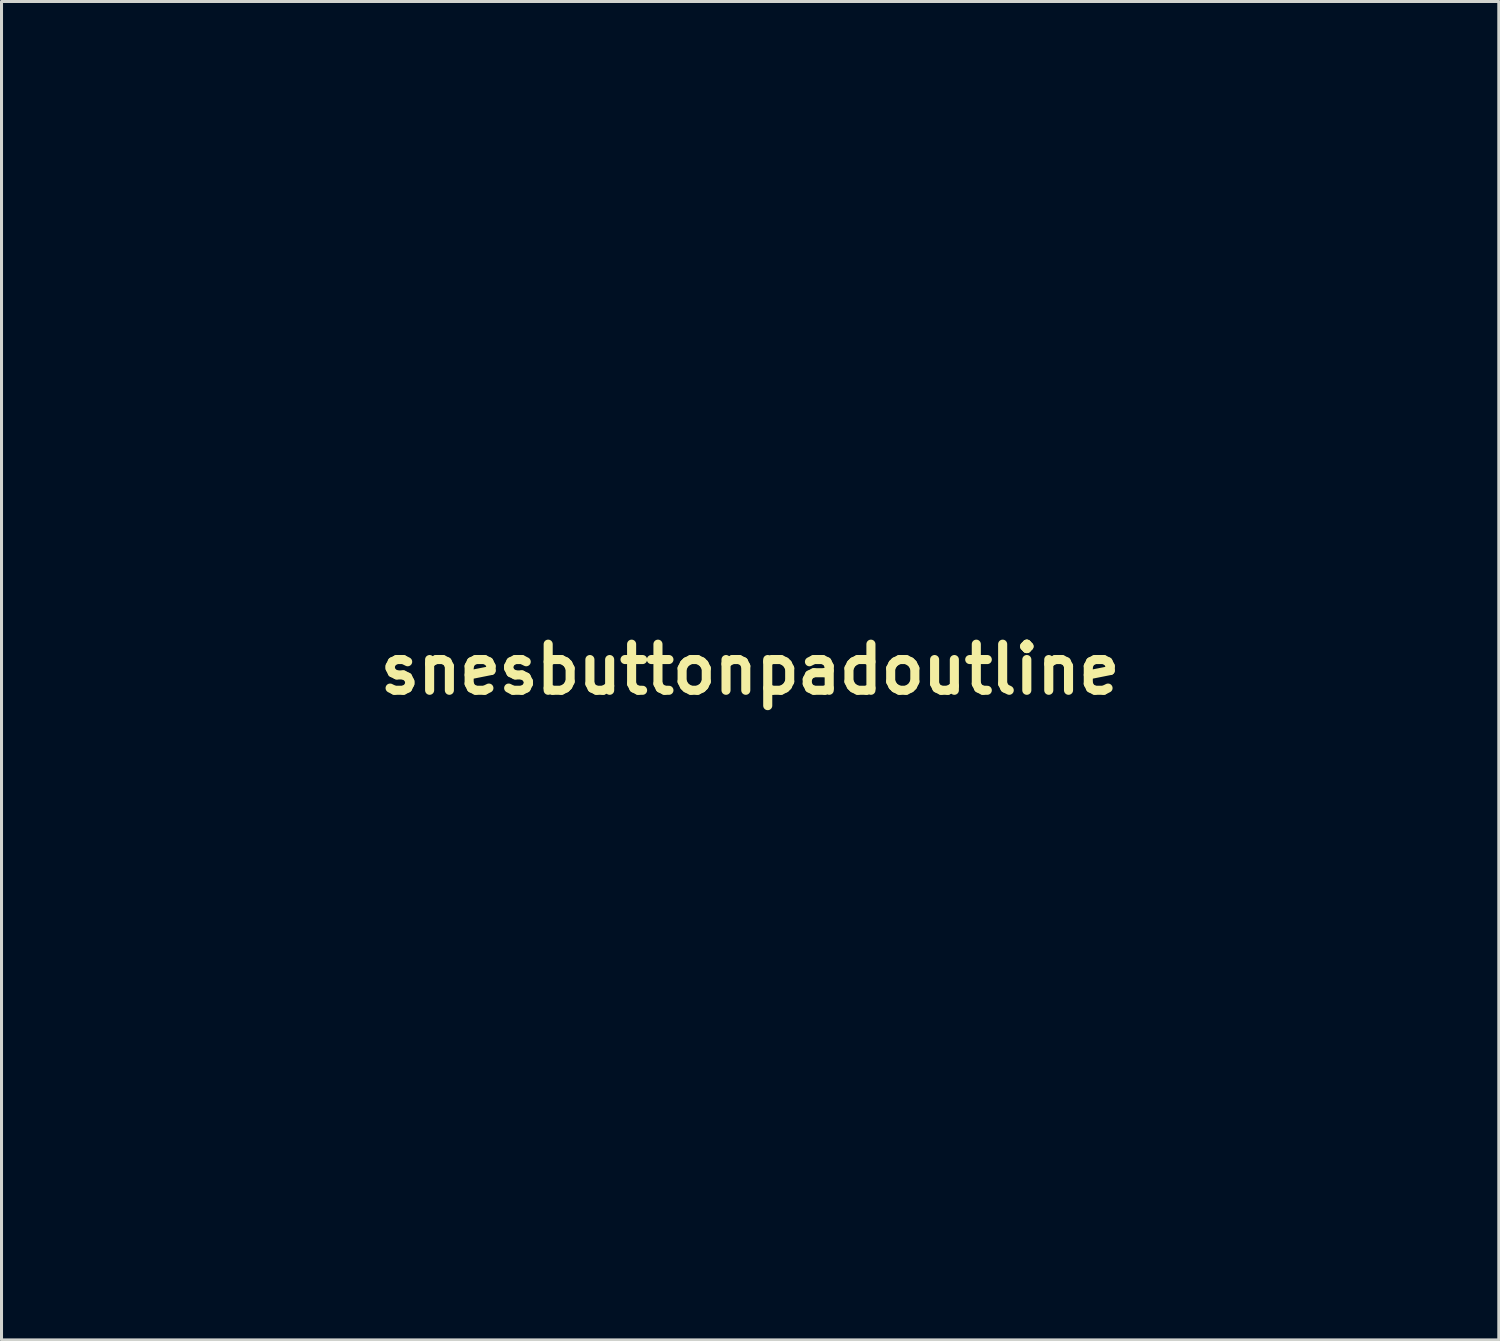
<source format=kicad_pcb>
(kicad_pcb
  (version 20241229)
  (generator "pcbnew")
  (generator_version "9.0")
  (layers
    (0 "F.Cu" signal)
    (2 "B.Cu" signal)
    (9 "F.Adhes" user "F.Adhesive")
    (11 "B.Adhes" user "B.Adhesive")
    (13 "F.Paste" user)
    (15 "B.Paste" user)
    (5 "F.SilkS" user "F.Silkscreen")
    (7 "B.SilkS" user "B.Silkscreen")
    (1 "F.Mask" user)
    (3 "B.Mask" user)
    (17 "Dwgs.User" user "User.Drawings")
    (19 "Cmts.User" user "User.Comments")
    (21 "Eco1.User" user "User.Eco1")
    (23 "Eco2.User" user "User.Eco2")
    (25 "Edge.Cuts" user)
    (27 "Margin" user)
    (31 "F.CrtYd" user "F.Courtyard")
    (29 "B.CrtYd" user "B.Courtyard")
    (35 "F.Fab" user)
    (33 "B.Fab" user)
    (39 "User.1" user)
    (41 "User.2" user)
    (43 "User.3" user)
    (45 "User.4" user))
  (footprint "snesbuttonpadoutline"
    (layer "F.Cu")
    (at 21.746 19.077)
    (property "Reference" "snesbuttonpadoutline" (at 0 0 0) (layer "F.SilkS") (effects (font (size 1.524 1.524) (thickness 0.3))))
    (attr through_hole)
    (fp_poly (pts (xy 1.686 6.437) (xy 1.784 6.501) (xy 1.83 6.487) (xy 1.887 6.492) (xy 1.866 6.58) (xy 1.816 6.742) (xy 1.808 6.798) (xy 1.734 6.85) (xy 1.594 6.867) (xy 1.453 6.839) (xy 1.433 6.782) (xy 1.419 6.67) (xy 1.367 6.622) (xy 1.301 6.561) (xy 1.392 6.545) (xy 1.545 6.487) (xy 1.586 6.436) (xy 1.642 6.373) (xy 1.686 6.437)) (stroke (width 0.01) (type solid)) (fill no) (layer "Eco1.User"))
    (fp_poly (pts (xy -5.613 -7.125) (xy -5.513 -7.072) (xy -5.511 -7.06) (xy -5.584 -6.996) (xy -5.726 -6.974) (xy -5.895 -6.919) (xy -5.949 -6.796) (xy -5.885 -6.667) (xy -5.747 -6.604) (xy -5.554 -6.566) (xy -5.747 -6.502) (xy -5.91 -6.373) (xy -5.941 -6.237) (xy -5.974 -6.059) (xy -6.027 -5.984) (xy -6.075 -6.032) (xy -6.104 -6.237) (xy -6.113 -6.539) (xy -6.113 -7.146) (xy -5.812 -7.146) (xy -5.613 -7.125)) (stroke (width 0.01) (type solid)) (fill no) (layer "Eco1.User"))
    (fp_poly (pts (xy 0.911 6.437) (xy 1.009 6.501) (xy 1.055 6.487) (xy 1.112 6.492) (xy 1.091 6.58) (xy 1.041 6.742) (xy 1.033 6.798) (xy 0.96 6.85) (xy 0.825 6.867) (xy 0.672 6.832) (xy 0.662 6.748) (xy 0.649 6.644) (xy 0.607 6.63) (xy 0.547 6.577) (xy 0.561 6.542) (xy 0.659 6.49) (xy 0.687 6.5) (xy 0.782 6.479) (xy 0.811 6.437) (xy 0.867 6.373) (xy 0.911 6.437)) (stroke (width 0.01) (type solid)) (fill no) (layer "Eco1.User"))
    (fp_poly (pts (xy 6.867 -7.08) (xy 6.845 -6.945) (xy 6.744 -6.755) (xy 6.729 -6.735) (xy 6.595 -6.47) (xy 6.521 -6.196) (xy 6.485 -5.898) (xy 6.471 -6.186) (xy 6.409 -6.462) (xy 6.28 -6.724) (xy 6.279 -6.725) (xy 6.169 -6.92) (xy 6.133 -7.069) (xy 6.136 -7.083) (xy 6.198 -7.09) (xy 6.306 -6.969) (xy 6.342 -6.914) (xy 6.511 -6.638) (xy 6.672 -6.91) (xy 6.782 -7.06) (xy 6.857 -7.095) (xy 6.867 -7.08)) (stroke (width 0.01) (type solid)) (fill no) (layer "Eco1.User"))
    (fp_poly (pts (xy -0.796 6.384) (xy -0.613 6.396) (xy -0.594 6.411) (xy -0.71 6.433) (xy -0.899 6.508) (xy -0.947 6.636) (xy -0.892 6.772) (xy -0.818 6.802) (xy -0.703 6.849) (xy -0.689 6.888) (xy -0.759 6.965) (xy -0.818 6.974) (xy -0.923 7.046) (xy -0.947 7.146) (xy -0.897 7.281) (xy -0.732 7.319) (xy -0.57 7.348) (xy -0.517 7.405) (xy -0.592 7.462) (xy -0.778 7.49) (xy -0.818 7.491) (xy -1.119 7.491) (xy -1.119 6.372) (xy -0.796 6.384)) (stroke (width 0.01) (type solid)) (fill no) (layer "Eco1.User"))
    (fp_poly (pts (xy 0.845 -7.125) (xy 0.945 -7.072) (xy 0.947 -7.06) (xy 0.873 -6.996) (xy 0.732 -6.974) (xy 0.563 -6.919) (xy 0.509 -6.796) (xy 0.573 -6.667) (xy 0.71 -6.604) (xy 0.904 -6.566) (xy 0.71 -6.502) (xy 0.551 -6.393) (xy 0.515 -6.254) (xy 0.599 -6.143) (xy 0.732 -6.113) (xy 0.894 -6.084) (xy 0.947 -6.027) (xy 0.871 -5.97) (xy 0.685 -5.942) (xy 0.646 -5.941) (xy 0.344 -5.941) (xy 0.344 -7.146) (xy 0.646 -7.146) (xy 0.845 -7.125)) (stroke (width 0.01) (type solid)) (fill no) (layer "Eco1.User"))
    (fp_poly (pts (xy 1.725 -7.102) (xy 1.875 -7.027) (xy 1.87 -6.966) (xy 1.724 -6.947) (xy 1.636 -6.956) (xy 1.439 -6.944) (xy 1.373 -6.855) (xy 1.442 -6.727) (xy 1.613 -6.612) (xy 1.818 -6.451) (xy 1.883 -6.265) (xy 1.83 -6.093) (xy 1.679 -5.977) (xy 1.448 -5.959) (xy 1.313 -5.998) (xy 1.208 -6.072) (xy 1.258 -6.13) (xy 1.447 -6.157) (xy 1.477 -6.157) (xy 1.704 -6.191) (xy 1.775 -6.28) (xy 1.688 -6.398) (xy 1.513 -6.493) (xy 1.278 -6.636) (xy 1.205 -6.795) (xy 1.28 -6.975) (xy 1.461 -7.094) (xy 1.685 -7.113) (xy 1.725 -7.102)) (stroke (width 0.01) (type solid)) (fill no) (layer "Eco1.User"))
    (fp_poly (pts (xy -6.523 -7.128) (xy -6.387 -7.081) (xy -6.372 -7.054) (xy -6.417 -6.936) (xy -6.534 -6.732) (xy -6.63 -6.587) (xy -6.775 -6.367) (xy -6.869 -6.209) (xy -6.888 -6.162) (xy -6.813 -6.128) (xy -6.633 -6.113) (xy -6.63 -6.113) (xy -6.448 -6.088) (xy -6.372 -6.028) (xy -6.372 -6.027) (xy -6.448 -5.976) (xy -6.643 -5.945) (xy -6.759 -5.941) (xy -6.99 -5.954) (xy -7.129 -5.987) (xy -7.146 -6.007) (xy -7.102 -6.107) (xy -6.985 -6.304) (xy -6.843 -6.523) (xy -6.539 -6.974) (xy -6.843 -6.974) (xy -7.043 -6.996) (xy -7.144 -7.049) (xy -7.146 -7.06) (xy -7.069 -7.112) (xy -6.875 -7.142) (xy -6.759 -7.146) (xy -6.523 -7.128)) (stroke (width 0.01) (type solid)) (fill no) (layer "Eco1.User"))
    (fp_poly (pts (xy 3.734 -7.079) (xy 3.822 -6.897) (xy 3.914 -6.646) (xy 3.994 -6.38) (xy 4.048 -6.149) (xy 4.061 -6.007) (xy 4.051 -5.987) (xy 3.977 -6.02) (xy 3.935 -6.114) (xy 3.831 -6.254) (xy 3.668 -6.281) (xy 3.513 -6.195) (xy 3.455 -6.098) (xy 3.387 -5.985) (xy 3.341 -5.991) (xy 3.338 -6.106) (xy 3.382 -6.308) (xy 3.455 -6.544) (xy 3.591 -6.544) (xy 3.596 -6.405) (xy 3.702 -6.372) (xy 3.816 -6.416) (xy 3.813 -6.544) (xy 3.75 -6.683) (xy 3.702 -6.716) (xy 3.63 -6.644) (xy 3.591 -6.544) (xy 3.455 -6.544) (xy 3.458 -6.553) (xy 3.549 -6.794) (xy 3.637 -6.986) (xy 3.708 -7.084) (xy 3.734 -7.079)) (stroke (width 0.01) (type solid)) (fill no) (layer "Eco1.User"))
    (fp_poly (pts (xy 5.96 -7.003) (xy 5.877 -6.835) (xy 5.851 -6.796) (xy 5.671 -6.544) (xy 5.851 -6.291) (xy 5.95 -6.116) (xy 5.965 -6.003) (xy 5.956 -5.993) (xy 5.867 -6.025) (xy 5.767 -6.159) (xy 5.657 -6.33) (xy 5.564 -6.345) (xy 5.449 -6.204) (xy 5.418 -6.154) (xy 5.309 -6.017) (xy 5.229 -5.992) (xy 5.229 -5.993) (xy 5.235 -6.094) (xy 5.325 -6.266) (xy 5.347 -6.297) (xy 5.522 -6.544) (xy 5.343 -6.796) (xy 5.244 -6.972) (xy 5.228 -7.084) (xy 5.238 -7.094) (xy 5.326 -7.062) (xy 5.426 -6.928) (xy 5.527 -6.774) (xy 5.597 -6.716) (xy 5.674 -6.783) (xy 5.767 -6.928) (xy 5.872 -7.067) (xy 5.956 -7.094) (xy 5.96 -7.003)) (stroke (width 0.01) (type solid)) (fill no) (layer "Eco1.User"))
    (fp_poly (pts (xy -1.584 6.42) (xy -1.418 6.547) (xy -1.39 6.726) (xy -1.51 6.923) (xy -1.594 7.034) (xy -1.574 7.151) (xy -1.501 7.273) (xy -1.426 7.423) (xy -1.44 7.491) (xy -1.444 7.491) (xy -1.548 7.426) (xy -1.671 7.276) (xy -1.797 7.122) (xy -1.896 7.06) (xy -1.959 7.134) (xy -1.98 7.276) (xy -2.01 7.437) (xy -2.066 7.491) (xy -2.111 7.412) (xy -2.142 7.202) (xy -2.153 6.931) (xy -2.153 6.673) (xy -1.98 6.673) (xy -1.954 6.837) (xy -1.846 6.878) (xy -1.787 6.873) (xy -1.625 6.787) (xy -1.593 6.673) (xy -1.663 6.519) (xy -1.787 6.473) (xy -1.93 6.484) (xy -1.978 6.604) (xy -1.98 6.673) (xy -2.153 6.673) (xy -2.153 6.372) (xy -1.868 6.372) (xy -1.584 6.42)) (stroke (width 0.01) (type solid)) (fill no) (layer "Eco1.User"))
    (fp_poly (pts (xy 20.131 -18.451) (xy 20.148 -17.83) (xy 21.741 -17.773) (xy 20.148 -17.737) (xy 20.148 -15.246) (xy 21.741 -15.19) (xy 20.148 -15.154) (xy 20.148 -12.75) (xy 21.741 -12.693) (xy 20.148 -12.657) (xy 20.148 -10.166) (xy 21.741 -10.11) (xy 20.148 -10.074) (xy 20.148 -7.67) (xy 21.741 -7.613) (xy 20.148 -7.577) (xy 20.148 -5.086) (xy 21.741 -5.03) (xy 20.148 -4.994) (xy 20.148 -2.59) (xy 21.741 -2.533) (xy 20.125 -2.497) (xy 20.183 -1.83) (xy 20.22 -1.41) (xy 20.259 -0.969) (xy 20.291 -0.624) (xy 20.34 -0.086) (xy 21.019 -0.086) (xy 21.356 -0.076) (xy 21.593 -0.048) (xy 21.696 -0.007) (xy 21.698 0) (xy 21.617 0.043) (xy 21.398 0.073) (xy 21.073 0.086) (xy 21.019 0.086) (xy 20.34 0.086) (xy 20.291 0.624) (xy 20.257 0.997) (xy 20.217 1.44) (xy 20.183 1.826) (xy 20.126 2.49) (xy 21.741 2.547) (xy 20.148 2.583) (xy 20.148 4.987) (xy 20.944 5.016) (xy 21.741 5.044) (xy 20.944 5.062) (xy 20.148 5.08) (xy 20.148 7.57) (xy 21.741 7.627) (xy 20.148 7.663) (xy 20.148 10.067) (xy 20.944 10.096) (xy 21.741 10.124) (xy 20.944 10.142) (xy 20.148 10.16) (xy 20.148 12.564) (xy 20.944 12.593) (xy 21.741 12.621) (xy 20.944 12.639) (xy 20.148 12.657) (xy 20.148 15.147) (xy 20.944 15.176) (xy 21.741 15.204) (xy 20.944 15.222) (xy 20.148 15.24) (xy 20.148 17.644) (xy 20.944 17.673) (xy 21.741 17.701) (xy 20.948 17.719) (xy 20.155 17.737) (xy 20.126 18.447) (xy 20.097 19.158) (xy 20.079 18.447) (xy 20.062 17.737) (xy 17.658 17.737) (xy 17.6 19.158) (xy 17.565 17.737) (xy 15.075 17.737) (xy 15.046 18.447) (xy 15.017 19.158) (xy 14.999 18.447) (xy 14.982 17.737) (xy 12.578 17.737) (xy 12.52 19.158) (xy 12.485 17.737) (xy 10.081 17.737) (xy 10.052 18.447) (xy 10.023 19.158) (xy 10.005 18.447) (xy 9.988 17.737) (xy 7.498 17.737) (xy 7.44 19.158) (xy 7.405 17.737) (xy 5.001 17.737) (xy 4.972 18.447) (xy 4.943 19.158) (xy 4.925 18.447) (xy 4.908 17.737) (xy 2.418 17.737) (xy 2.36 19.158) (xy 2.325 17.737) (xy -0.086 17.737) (xy -0.086 18.426) (xy -0.096 18.767) (xy -0.124 19.007) (xy -0.165 19.112) (xy -0.172 19.115) (xy -0.215 19.034) (xy -0.245 18.814) (xy -0.258 18.487) (xy -0.258 18.426) (xy -0.258 17.737) (xy -2.662 17.737) (xy -2.72 19.158) (xy -2.755 17.737) (xy -5.159 17.737) (xy -5.188 18.447) (xy -5.217 19.158) (xy -5.235 18.447) (xy -5.252 17.737) (xy -7.656 17.737) (xy -7.685 18.447) (xy -7.714 19.158) (xy -7.732 18.447) (xy -7.749 17.737) (xy -10.239 17.737) (xy -10.268 18.447) (xy -10.297 19.158) (xy -10.315 18.447) (xy -10.332 17.737) (xy -12.736 17.737) (xy -12.765 18.447) (xy -12.794 19.158) (xy -12.812 18.447) (xy -12.829 17.737) (xy -15.319 17.737) (xy -15.348 18.447) (xy -15.377 19.158) (xy -15.395 18.447) (xy -15.412 17.737) (xy -17.816 17.737) (xy -17.845 18.447) (xy -17.874 19.158) (xy -17.892 18.447) (xy -17.909 17.737) (xy -20.399 17.737) (xy -20.428 18.447) (xy -20.457 19.158) (xy -20.475 18.451) (xy -20.492 17.744) (xy -21.116 17.715) (xy -21.741 17.685) (xy -21.116 17.668) (xy -20.492 17.651) (xy -20.492 15.248) (xy -20.651 15.24) (xy -20.406 15.24) (xy -20.406 17.651) (xy -17.909 17.651) (xy -17.909 15.24) (xy -17.823 15.24) (xy -17.823 17.651) (xy -15.412 17.651) (xy -15.412 15.24) (xy -15.326 15.24) (xy -15.326 17.651) (xy -12.829 17.651) (xy -12.829 15.24) (xy -12.743 15.24) (xy -12.743 17.651) (xy -10.332 17.651) (xy -10.332 15.24) (xy -10.246 15.24) (xy -10.246 17.651) (xy -7.749 17.651) (xy -7.749 15.24) (xy -7.663 15.24) (xy -7.663 17.651) (xy -5.252 17.651) (xy -5.252 16.569) (xy -5.166 16.569) (xy -5.166 17.651) (xy -2.755 17.651) (xy -2.755 17.344) (xy -2.669 17.344) (xy -2.669 17.651) (xy -1.464 17.651) (xy -1.031 17.646) (xy -0.666 17.632) (xy -0.402 17.612) (xy -0.268 17.587) (xy -0.258 17.577) (xy -0.273 17.569) (xy -0.068 17.569) (xy 0.041 17.603) (xy 0.294 17.629) (xy 0.684 17.646) (xy 1.119 17.651) (xy 2.325 17.651) (xy 2.411 17.651) (xy 4.908 17.651) (xy 4.989 17.651) (xy 7.405 17.651) (xy 7.405 15.24) (xy 7.491 15.24) (xy 7.491 17.651) (xy 9.988 17.651) (xy 9.988 15.24) (xy 10.074 15.24) (xy 10.074 17.651) (xy 12.485 17.651) (xy 12.485 15.24) (xy 12.571 15.24) (xy 12.571 17.651) (xy 14.982 17.651) (xy 14.982 15.24) (xy 15.068 15.24) (xy 15.068 17.651) (xy 17.565 17.651) (xy 17.565 15.24) (xy 17.651 15.24) (xy 17.651 17.651) (xy 20.062 17.651) (xy 20.062 15.24) (xy 17.651 15.24) (xy 17.565 15.24) (xy 15.068 15.24) (xy 14.982 15.24) (xy 12.571 15.24) (xy 12.485 15.24) (xy 10.074 15.24) (xy 9.988 15.24) (xy 7.491 15.24) (xy 7.405 15.24) (xy 7.405 15.235) (xy 5.037 15.283) (xy 5.013 16.467) (xy 4.989 17.651) (xy 4.908 17.651) (xy 4.908 16.575) (xy 4.904 16.167) (xy 4.895 15.83) (xy 4.881 15.597) (xy 4.865 15.499) (xy 4.863 15.498) (xy 4.779 15.547) (xy 4.592 15.678) (xy 4.336 15.868) (xy 4.195 15.975) (xy 3.827 16.237) (xy 3.42 16.495) (xy 3.053 16.701) (xy 2.997 16.728) (xy 2.701 16.875) (xy 2.529 16.984) (xy 2.446 17.09) (xy 2.419 17.228) (xy 2.416 17.328) (xy 2.411 17.651) (xy 2.325 17.651) (xy 2.325 17.34) (xy 2.312 17.139) (xy 2.259 17.072) (xy 2.174 17.092) (xy 1.743 17.233) (xy 1.214 17.353) (xy 0.659 17.437) (xy 0.538 17.449) (xy 0.173 17.489) (xy -0.027 17.53) (xy -0.068 17.569) (xy -0.273 17.569) (xy -0.337 17.533) (xy -0.543 17.486) (xy -0.832 17.448) (xy -0.839 17.448) (xy -1.826 17.28) (xy -2.475 17.098) (xy -2.604 17.075) (xy -2.658 17.144) (xy -2.669 17.344) (xy -2.755 17.344) (xy -2.755 17.325) (xy -2.764 17.15) (xy -2.812 17.029) (xy -2.935 16.924) (xy -3.165 16.797) (xy -3.299 16.731) (xy -3.649 16.538) (xy -4.047 16.289) (xy -4.405 16.037) (xy -4.406 16.036) (xy -4.681 15.83) (xy -4.909 15.662) (xy -5.05 15.561) (xy -5.068 15.549) (xy -5.112 15.575) (xy -5.142 15.725) (xy -5.159 16.015) (xy -5.166 16.46) (xy -5.166 16.569) (xy -5.252 16.569) (xy -5.252 16.498) (xy -5.255 16.021) (xy -5.266 15.69) (xy -5.287 15.477) (xy -5.321 15.358) (xy -5.069 15.358) (xy -4.973 15.48) (xy -4.745 15.665) (xy -4.393 15.927) (xy -4.39 15.93) (xy -4.127 16.113) (xy -3.811 16.316) (xy -3.48 16.516) (xy -3.174 16.69) (xy -2.929 16.817) (xy -2.785 16.874) (xy -2.777 16.875) (xy -2.768 16.795) (xy -2.76 16.581) (xy -2.756 16.269) (xy -2.755 16.058) (xy -2.755 15.24) (xy -2.669 15.24) (xy -2.669 16.943) (xy -2.002 17.12) (xy -1.526 17.24) (xy -1.153 17.316) (xy -0.822 17.36) (xy -0.538 17.38) (xy -0.258 17.393) (xy -0.258 15.24) (xy -0.086 15.24) (xy -0.086 17.393) (xy 0.204 17.393) (xy 0.46 17.376) (xy 0.787 17.334) (xy 0.957 17.305) (xy 1.334 17.225) (xy 1.736 17.126) (xy 1.873 17.088) (xy 2.325 16.957) (xy 2.325 15.24) (xy 2.411 15.24) (xy 2.411 16.058) (xy 2.415 16.409) (xy 2.427 16.685) (xy 2.445 16.848) (xy 2.456 16.876) (xy 2.551 16.84) (xy 2.754 16.746) (xy 3.005 16.622) (xy 3.224 16.498) (xy 3.512 16.316) (xy 3.836 16.1) (xy 4.165 15.87) (xy 4.468 15.65) (xy 4.713 15.462) (xy 4.869 15.328) (xy 4.908 15.277) (xy 4.827 15.264) (xy 4.604 15.253) (xy 4.269 15.245) (xy 3.853 15.24) (xy 3.659 15.24) (xy 2.411 15.24) (xy 2.325 15.24) (xy -0.086 15.24) (xy -0.258 15.24) (xy -2.669 15.24) (xy -2.755 15.24) (xy -3.971 15.24) (xy -4.484 15.241) (xy -4.832 15.252) (xy -5.024 15.287) (xy -5.069 15.358) (xy -5.321 15.358) (xy -5.322 15.355) (xy -5.374 15.299) (xy -5.388 15.292) (xy -5.524 15.272) (xy -5.793 15.256) (xy -6.157 15.244) (xy -6.578 15.24) (xy -6.594 15.24) (xy -7.663 15.24) (xy -7.749 15.24) (xy -10.246 15.24) (xy -10.332 15.24) (xy -12.743 15.24) (xy -12.829 15.24) (xy -15.326 15.24) (xy -15.412 15.24) (xy -17.823 15.24) (xy -17.909 15.24) (xy -20.406 15.24) (xy -20.651 15.24) (xy -21.116 15.218) (xy -21.741 15.188) (xy -21.116 15.171) (xy -20.492 15.154) (xy -20.492 12.664) (xy -20.651 12.657) (xy -20.406 12.657) (xy -20.406 15.154) (xy -17.909 15.154) (xy -17.909 12.657) (xy -17.823 12.657) (xy -17.823 15.154) (xy -15.412 15.154) (xy -15.412 12.657) (xy -15.326 12.657) (xy -15.326 15.154) (xy -12.829 15.154) (xy -12.829 12.657) (xy -12.743 12.657) (xy -12.743 15.154) (xy -10.332 15.154) (xy -10.332 12.657) (xy -10.246 12.657) (xy -10.246 15.154) (xy -7.749 15.154) (xy -7.749 13.442) (xy -8.766 12.66) (xy -8.567 12.66) (xy -8.223 12.956) (xy -8.017 13.124) (xy -7.863 13.233) (xy -7.814 13.256) (xy -7.771 13.183) (xy -7.75 12.998) (xy -7.749 12.958) (xy -7.749 12.657) (xy -7.663 12.657) (xy -7.663 13.395) (xy -6.667 14.163) (xy -6.243 14.494) (xy -5.915 14.758) (xy -5.693 14.947) (xy -5.585 15.054) (xy -5.6 15.071) (xy -5.691 15.024) (xy -5.819 14.935) (xy -6.053 14.762) (xy -6.361 14.526) (xy -6.714 14.252) (xy -7.083 13.962) (xy -7.297 13.791) (xy -7.663 13.497) (xy -7.663 15.163) (xy -6.458 15.146) (xy -5.252 15.13) (xy -5.252 12.657) (xy -5.166 12.657) (xy -5.166 15.154) (xy -2.755 15.154) (xy -2.755 12.657) (xy -2.669 12.657) (xy -2.669 15.154) (xy -0.258 15.154) (xy -0.258 12.953) (xy -0.086 12.953) (xy -0.086 15.154) (xy 2.325 15.154) (xy 2.325 12.657) (xy 2.411 12.657) (xy 2.411 15.154) (xy 4.908 15.154) (xy 4.908 12.657) (xy 4.994 12.657) (xy 4.994 13.905) (xy 4.998 14.347) (xy 5.01 14.719) (xy 5.027 14.992) (xy 5.048 15.136) (xy 5.058 15.151) (xy 5.105 15.123) (xy 5.338 15.123) (xy 5.419 15.135) (xy 5.638 15.145) (xy 5.963 15.151) (xy 6.361 15.154) (xy 6.372 15.154) (xy 7.405 15.154) (xy 7.405 14.325) (xy 7.4 13.935) (xy 7.384 13.695) (xy 7.353 13.582) (xy 7.305 13.574) (xy 7.297 13.579) (xy 6.858 13.916) (xy 6.437 14.242) (xy 6.055 14.54) (xy 5.735 14.794) (xy 5.496 14.986) (xy 5.361 15.1) (xy 5.338 15.123) (xy 5.105 15.123) (xy 5.144 15.099) (xy 5.341 14.958) (xy 5.625 14.745) (xy 5.972 14.478) (xy 6.242 14.267) (xy 6.656 13.94) (xy 6.953 13.697) (xy 7.154 13.517) (xy 7.278 13.379) (xy 7.346 13.261) (xy 7.376 13.141) (xy 7.388 13.021) (xy 7.392 12.971) (xy 7.491 12.971) (xy 7.497 13.14) (xy 7.533 13.211) (xy 7.626 13.18) (xy 7.802 13.042) (xy 7.986 12.883) (xy 8.135 12.777) (xy 8.225 12.759) (xy 8.225 12.759) (xy 8.188 12.831) (xy 8.044 12.969) (xy 7.883 13.097) (xy 7.496 13.389) (xy 7.494 14.271) (xy 7.491 15.154) (xy 9.988 15.154) (xy 10.074 15.154) (xy 11.279 15.154) (xy 11.713 15.149) (xy 12.077 15.135) (xy 12.341 15.114) (xy 12.475 15.088) (xy 12.485 15.078) (xy 12.405 15.041) (xy 12.38 15.036) (xy 12.571 15.036) (xy 12.604 15.085) (xy 12.719 15.118) (xy 12.938 15.14) (xy 13.283 15.151) (xy 13.776 15.154) (xy 14.982 15.154) (xy 14.982 13.898) (xy 14.978 13.375) (xy 14.964 13.008) (xy 14.941 12.783) (xy 14.906 12.683) (xy 14.881 12.676) (xy 14.79 12.773) (xy 14.692 12.97) (xy 14.671 13.027) (xy 14.389 13.593) (xy 13.973 14.101) (xy 13.455 14.516) (xy 12.943 14.777) (xy 12.722 14.885) (xy 12.588 14.994) (xy 12.571 15.036) (xy 12.38 15.036) (xy 12.192 15.004) (xy 11.885 14.975) (xy 11.731 14.966) (xy 11.29 14.931) (xy 10.955 14.869) (xy 10.662 14.765) (xy 10.526 14.7) (xy 10.074 14.472) (xy 10.074 15.154) (xy 9.988 15.154) (xy 9.988 14.801) (xy 9.968 14.577) (xy 9.889 14.382) (xy 9.723 14.156) (xy 9.608 14.025) (xy 9.367 13.715) (xy 9.146 13.362) (xy 9.038 13.141) (xy 8.852 12.693) (xy 8.955 12.693) (xy 9.001 12.862) (xy 9.122 13.111) (xy 9.293 13.403) (xy 9.488 13.697) (xy 9.68 13.955) (xy 9.845 14.138) (xy 9.955 14.207) (xy 9.969 14.127) (xy 9.981 13.914) (xy 9.987 13.605) (xy 9.987 13.499) (xy 10.074 13.499) (xy 10.074 14.342) (xy 10.346 14.503) (xy 10.935 14.76) (xy 11.589 14.868) (xy 11.882 14.87) (xy 12.442 14.853) (xy 12.467 14.194) (xy 12.469 14.142) (xy 12.571 14.142) (xy 12.577 14.457) (xy 12.593 14.691) (xy 12.617 14.805) (xy 12.623 14.809) (xy 12.722 14.774) (xy 12.926 14.682) (xy 13.118 14.588) (xy 13.694 14.221) (xy 14.154 13.741) (xy 14.386 13.389) (xy 14.566 13.059) (xy 14.636 12.846) (xy 14.583 12.725) (xy 14.393 12.671) (xy 14.052 12.657) (xy 13.996 12.657) (xy 15.068 12.657) (xy 15.068 15.154) (xy 17.565 15.154) (xy 17.565 12.657) (xy 17.651 12.657) (xy 17.651 15.154) (xy 20.062 15.154) (xy 20.062 12.657) (xy 17.651 12.657) (xy 17.565 12.657) (xy 15.068 12.657) (xy 13.996 12.657) (xy 13.665 12.661) (xy 13.461 12.682) (xy 13.339 12.735) (xy 13.253 12.833) (xy 13.212 12.899) (xy 13.034 13.124) (xy 12.82 13.308) (xy 12.695 13.402) (xy 12.62 13.506) (xy 12.584 13.664) (xy 12.572 13.923) (xy 12.571 14.142) (xy 12.469 14.142) (xy 12.492 13.535) (xy 12.165 13.608) (xy 11.708 13.633) (xy 11.244 13.526) (xy 10.825 13.308) (xy 10.504 12.999) (xy 10.461 12.936) (xy 10.312 12.729) (xy 10.204 12.658) (xy 10.132 12.731) (xy 10.091 12.956) (xy 10.075 13.342) (xy 10.074 13.499) (xy 9.987 13.499) (xy 9.988 13.432) (xy 9.988 12.657) (xy 9.471 12.657) (xy 9.199 12.662) (xy 9.011 12.677) (xy 8.955 12.693) (xy 8.852 12.693) (xy 8.846 12.679) (xy 8.168 12.67) (xy 7.491 12.661) (xy 7.491 12.971) (xy 7.392 12.971) (xy 7.415 12.657) (xy 4.994 12.657) (xy 4.908 12.657) (xy 2.411 12.657) (xy 2.325 12.657) (xy 1.701 12.656) (xy 1.274 12.679) (xy 0.81 12.74) (xy 0.495 12.804) (xy -0.086 12.953) (xy -0.258 12.953) (xy -0.258 12.943) (xy -0.774 12.8) (xy -1.127 12.728) (xy -1.56 12.677) (xy -1.978 12.657) (xy -2.669 12.657) (xy -2.755 12.657) (xy -5.166 12.657) (xy -5.252 12.657) (xy -7.663 12.657) (xy -7.749 12.657) (xy -8.567 12.66) (xy -8.766 12.66) (xy -8.769 12.657) (xy -10.246 12.657) (xy -10.332 12.657) (xy -12.743 12.657) (xy -12.829 12.657) (xy -15.326 12.657) (xy -15.412 12.657) (xy -17.823 12.657) (xy -17.909 12.657) (xy -20.406 12.657) (xy -20.651 12.657) (xy -21.116 12.635) (xy -21.741 12.605) (xy -21.116 12.588) (xy -20.492 12.571) (xy -20.492 10.168) (xy -20.651 10.16) (xy -20.406 10.16) (xy -20.406 12.571) (xy -17.909 12.571) (xy -17.909 10.16) (xy -17.823 10.16) (xy -17.823 12.571) (xy -15.412 12.571) (xy -15.412 10.16) (xy -15.326 10.16) (xy -15.326 12.571) (xy -12.829 12.571) (xy -12.829 10.16) (xy -12.743 10.16) (xy -12.743 12.571) (xy -10.332 12.571) (xy -10.246 12.571) (xy -9.579 12.569) (xy -8.912 12.566) (xy -9.213 12.313) (xy -9.474 12.102) (xy -9.774 11.871) (xy -9.88 11.793) (xy -10.246 11.527) (xy -10.246 12.571) (xy -10.332 12.571) (xy -10.337 11.99) (xy -10.342 11.408) (xy -11.156 10.784) (xy -11.513 10.514) (xy -11.772 10.335) (xy -11.968 10.229) (xy -12.135 10.176) (xy -12.308 10.16) (xy -12.356 10.16) (xy -11.819 10.16) (xy -11.097 10.719) (xy -10.8 10.948) (xy -10.557 11.131) (xy -10.4 11.248) (xy -10.354 11.278) (xy -10.343 11.2) (xy -10.335 10.995) (xy -10.332 10.72) (xy -10.332 10.16) (xy -10.246 10.16) (xy -10.242 10.784) (xy -10.237 11.408) (xy -9.488 11.985) (xy -9.154 12.239) (xy -8.914 12.406) (xy -8.729 12.503) (xy -8.557 12.549) (xy -8.359 12.565) (xy -8.244 12.567) (xy -7.749 12.571) (xy -7.749 10.16) (xy -7.663 10.16) (xy -7.663 12.571) (xy -5.252 12.571) (xy -5.252 10.16) (xy -5.166 10.16) (xy -5.166 12.571) (xy -2.755 12.571) (xy -2.669 12.571) (xy -1.424 12.571) (xy 1.123 12.571) (xy 2.325 12.571) (xy 2.316 11.645) (xy 2.307 11.255) (xy 2.291 11.014) (xy 2.267 10.929) (xy 2.245 10.978) (xy 2.013 11.576) (xy 1.628 12.098) (xy 1.501 12.223) (xy 1.123 12.571) (xy -1.424 12.571) (xy -1.727 12.322) (xy -2.073 11.941) (xy -2.351 11.447) (xy -2.535 10.893) (xy -2.577 10.655) (xy -2.604 10.469) (xy -2.624 10.396) (xy -2.638 10.451) (xy -2.648 10.644) (xy -2.654 10.988) (xy -2.658 11.344) (xy -2.669 12.571) (xy -2.755 12.571) (xy -2.755 10.16) (xy 2.411 10.16) (xy 2.411 12.571) (xy 4.908 12.571) (xy 4.908 10.16) (xy 4.994 10.16) (xy 4.994 12.571) (xy 7.405 12.571) (xy 7.405 10.16) (xy 7.491 10.16) (xy 7.491 12.575) (xy 8.176 12.558) (xy 8.487 12.542) (xy 8.713 12.514) (xy 8.815 12.48) (xy 8.815 12.469) (xy 8.715 12.438) (xy 8.669 12.457) (xy 8.635 12.451) (xy 8.693 12.363) (xy 8.794 12.259) (xy 8.858 12.301) (xy 8.9 12.389) (xy 8.972 12.494) (xy 9.1 12.549) (xy 9.33 12.569) (xy 9.484 12.571) (xy 9.988 12.571) (xy 9.988 10.16) (xy 10.074 10.16) (xy 10.074 11.365) (xy 10.078 11.799) (xy 10.09 12.163) (xy 10.108 12.427) (xy 10.13 12.56) (xy 10.138 12.571) (xy 10.17 12.492) (xy 10.193 12.283) (xy 10.203 11.987) (xy 10.203 11.94) (xy 10.211 11.594) (xy 10.244 11.359) (xy 10.319 11.176) (xy 10.45 10.985) (xy 10.809 10.626) (xy 11.233 10.38) (xy 11.684 10.263) (xy 12.122 10.288) (xy 12.224 10.318) (xy 12.406 10.368) (xy 12.478 10.335) (xy 12.485 10.285) (xy 12.479 10.273) (xy 12.573 10.273) (xy 12.601 10.383) (xy 12.764 10.542) (xy 12.863 10.621) (xy 13.212 10.99) (xy 13.43 11.45) (xy 13.501 11.96) (xy 13.492 12.105) (xy 13.444 12.571) (xy 14.701 12.571) (xy 14.75 12.267) (xy 14.762 11.83) (xy 14.683 11.326) (xy 14.527 10.824) (xy 14.427 10.599) (xy 14.204 10.16) (xy 14.299 10.16) (xy 14.465 10.441) (xy 14.628 10.799) (xy 14.761 11.238) (xy 14.848 11.69) (xy 14.873 12.085) (xy 14.864 12.2) (xy 14.848 12.439) (xy 14.878 12.562) (xy 14.897 12.571) (xy 14.932 12.488) (xy 14.958 12.253) (xy 14.975 11.884) (xy 14.982 11.402) (xy 14.982 11.365) (xy 14.982 10.16) (xy 15.068 10.16) (xy 15.068 12.571) (xy 17.565 12.571) (xy 17.565 10.16) (xy 17.651 10.16) (xy 17.651 12.571) (xy 20.062 12.571) (xy 20.062 10.16) (xy 17.651 10.16) (xy 17.565 10.16) (xy 15.068 10.16) (xy 14.982 10.16) (xy 14.299 10.16) (xy 14.204 10.16) (xy 13.387 10.16) (xy 12.957 10.17) (xy 12.688 10.205) (xy 12.573 10.273) (xy 12.479 10.273) (xy 12.458 10.234) (xy 12.36 10.199) (xy 12.168 10.176) (xy 11.858 10.164) (xy 11.405 10.16) (xy 11.279 10.16) (xy 10.074 10.16) (xy 9.988 10.16) (xy 7.491 10.16) (xy 7.405 10.16) (xy 4.994 10.16) (xy 4.908 10.16) (xy 2.411 10.16) (xy -2.755 10.16) (xy -5.166 10.16) (xy -5.252 10.16) (xy -7.663 10.16) (xy -7.749 10.16) (xy -10.246 10.16) (xy -10.332 10.16) (xy -11.819 10.16) (xy -12.356 10.16) (xy -12.743 10.16) (xy -12.829 10.16) (xy -15.326 10.16) (xy -15.412 10.16) (xy -17.823 10.16) (xy -17.909 10.16) (xy -20.406 10.16) (xy -20.651 10.16) (xy -21.116 10.138) (xy -21.741 10.108) (xy -21.116 10.091) (xy -20.492 10.074) (xy -20.492 7.671) (xy -20.651 7.663) (xy -20.406 7.663) (xy -20.406 10.074) (xy -17.909 10.074) (xy -17.909 7.663) (xy -17.823 7.663) (xy -17.823 10.074) (xy -15.412 10.074) (xy -15.412 8.859) (xy -15.326 8.859) (xy -15.326 10.074) (xy -12.829 10.074) (xy -12.829 9.801) (xy -12.743 9.801) (xy -12.729 9.981) (xy -12.653 10.057) (xy -12.463 10.074) (xy -12.424 10.074) (xy -12.242 10.059) (xy -12.178 10.022) (xy -12.188 10.008) (xy -12.304 9.91) (xy -12.481 9.757) (xy -12.506 9.735) (xy -12.743 9.527) (xy -12.743 9.801) (xy -12.829 9.801) (xy -12.829 9.785) (xy -12.838 9.671) (xy -12.878 9.563) (xy -12.968 9.442) (xy -13.127 9.286) (xy -13.375 9.076) (xy -13.732 8.793) (xy -13.956 8.617) (xy -14.341 8.32) (xy -14.684 8.06) (xy -14.96 7.856) (xy -15.145 7.727) (xy -15.168 7.713) (xy -14.917 7.713) (xy -14.902 7.755) (xy -14.826 7.818) (xy -14.809 7.83) (xy -14.658 7.947) (xy -14.407 8.143) (xy -14.093 8.39) (xy -13.776 8.641) (xy -13.455 8.892) (xy -13.182 9.099) (xy -12.986 9.24) (xy -12.894 9.295) (xy -12.894 9.295) (xy -12.866 9.217) (xy -12.844 9.004) (xy -12.831 8.693) (xy -12.829 8.481) (xy -12.829 7.663) (xy -12.743 7.663) (xy -12.743 9.455) (xy -12.334 9.762) (xy -12.134 9.906) (xy -11.968 9.997) (xy -11.787 10.045) (xy -11.54 10.066) (xy -11.177 10.071) (xy -11.129 10.071) (xy -10.332 10.074) (xy -10.332 7.663) (xy -10.246 7.663) (xy -10.246 10.074) (xy -7.749 10.074) (xy -7.749 7.663) (xy -7.663 7.663) (xy -7.663 10.074) (xy -5.252 10.074) (xy -5.252 7.663) (xy -5.166 7.663) (xy -5.166 10.074) (xy -2.755 10.074) (xy -2.755 7.663) (xy -2.669 7.663) (xy -2.669 8.874) (xy -2.663 9.399) (xy -2.646 9.771) (xy -2.618 9.983) (xy -2.583 10.031) (xy -2.507 9.908) (xy -2.496 9.832) (xy -2.438 9.614) (xy -2.289 9.325) (xy -2.08 9.014) (xy -1.845 8.729) (xy -1.615 8.519) (xy -1.613 8.518) (xy -1.314 8.342) (xy -0.952 8.182) (xy -0.755 8.117) (xy -0.458 8.02) (xy -0.302 7.926) (xy -0.26 7.826) (xy -0.086 7.826) (xy -0.034 7.95) (xy 0.146 8.028) (xy 0.237 8.046) (xy 0.763 8.215) (xy 1.259 8.507) (xy 1.688 8.891) (xy 2.011 9.334) (xy 2.161 9.685) (xy 2.233 9.913) (xy 2.286 10.053) (xy 2.3 10.074) (xy 2.309 9.993) (xy 2.317 9.771) (xy 2.322 9.438) (xy 2.325 9.025) (xy 2.325 8.868) (xy 2.325 7.663) (xy 2.411 7.663) (xy 2.411 10.074) (xy 4.908 10.074) (xy 4.908 7.663) (xy 4.994 7.663) (xy 4.994 10.074) (xy 7.405 10.074) (xy 7.405 7.663) (xy 7.491 7.663) (xy 7.491 10.074) (xy 9.988 10.074) (xy 9.988 7.663) (xy 10.074 7.663) (xy 10.074 10.074) (xy 12.485 10.074) (xy 12.571 10.074) (xy 14.067 10.074) (xy 13.814 9.808) (xy 13.57 9.596) (xy 13.275 9.398) (xy 13.196 9.355) (xy 12.832 9.168) (xy 13.742 8.452) (xy 14.078 8.192) (xy 14.364 7.98) (xy 14.573 7.834) (xy 14.682 7.773) (xy 14.69 7.773) (xy 14.641 7.837) (xy 14.48 7.983) (xy 14.231 8.191) (xy 13.921 8.438) (xy 13.908 8.447) (xy 13.592 8.697) (xy 13.332 8.91) (xy 13.155 9.063) (xy 13.088 9.134) (xy 13.088 9.134) (xy 13.156 9.205) (xy 13.281 9.275) (xy 13.45 9.38) (xy 13.685 9.559) (xy 13.876 9.719) (xy 14.134 9.928) (xy 14.343 10.037) (xy 14.563 10.073) (xy 14.629 10.074) (xy 14.982 10.074) (xy 14.982 7.688) (xy 13.274 7.663) (xy 15.068 7.663) (xy 15.068 10.074) (xy 17.565 10.074) (xy 17.565 7.663) (xy 17.651 7.663) (xy 17.651 10.074) (xy 20.062 10.074) (xy 20.062 7.663) (xy 17.651 7.663) (xy 17.565 7.663) (xy 15.068 7.663) (xy 13.274 7.663) (xy 12.571 7.653) (xy 12.571 10.074) (xy 12.485 10.074) (xy 12.485 7.663) (xy 10.074 7.663) (xy 9.988 7.663) (xy 7.491 7.663) (xy 7.405 7.663) (xy 4.994 7.663) (xy 4.908 7.663) (xy 2.411 7.663) (xy 2.325 7.663) (xy 1.119 7.663) (xy 0.642 7.665) (xy 0.31 7.671) (xy 0.097 7.687) (xy -0.022 7.715) (xy -0.074 7.76) (xy -0.086 7.823) (xy -0.086 7.826) (xy -0.26 7.826) (xy -0.258 7.821) (xy -0.271 7.758) (xy -0.325 7.715) (xy -0.447 7.687) (xy -0.664 7.671) (xy -1.002 7.665) (xy -1.464 7.663) (xy -2.669 7.663) (xy -2.755 7.663) (xy -5.166 7.663) (xy -5.252 7.663) (xy -7.663 7.663) (xy -7.749 7.663) (xy -10.246 7.663) (xy -10.332 7.663) (xy -12.743 7.663) (xy -12.829 7.663) (xy -13.927 7.666) (xy -14.377 7.668) (xy -14.677 7.673) (xy -14.85 7.687) (xy -14.917 7.713) (xy -15.168 7.713) (xy -15.205 7.691) (xy -15.254 7.698) (xy -15.288 7.778) (xy -15.309 7.954) (xy -15.321 8.249) (xy -15.326 8.685) (xy -15.326 8.859) (xy -15.412 8.859) (xy -15.412 7.663) (xy -17.823 7.663) (xy -17.909 7.663) (xy -20.406 7.663) (xy -20.651 7.663) (xy -21.116 7.641) (xy -21.741 7.611) (xy -21.116 7.594) (xy -20.492 7.577) (xy -20.492 5.088) (xy -20.651 5.08) (xy -20.406 5.08) (xy -20.406 7.577) (xy -17.909 7.577) (xy -17.909 6.63) (xy -17.823 6.63) (xy -17.823 7.577) (xy -16.613 7.577) (xy -16.139 7.572) (xy -15.774 7.556) (xy -15.538 7.533) (xy -15.45 7.503) (xy -15.451 7.497) (xy -15.533 7.419) (xy -15.721 7.261) (xy -15.989 7.044) (xy -16.309 6.79) (xy -16.653 6.52) (xy -16.994 6.256) (xy -17.304 6.019) (xy -17.556 5.831) (xy -17.723 5.712) (xy -17.775 5.683) (xy -17.794 5.763) (xy -17.81 5.981) (xy -17.82 6.301) (xy -17.823 6.63) (xy -17.909 6.63) (xy -17.909 5.531) (xy -18.205 5.305) (xy -18.346 5.206) (xy -18.485 5.141) (xy -18.662 5.103) (xy -18.864 5.089) (xy -18.221 5.089) (xy -18.215 5.146) (xy -18.124 5.252) (xy -18 5.379) (xy -17.939 5.424) (xy -17.915 5.352) (xy -17.909 5.252) (xy -17.967 5.111) (xy -18.095 5.08) (xy -17.823 5.08) (xy -17.823 5.283) (xy -17.793 5.384) (xy -17.694 5.518) (xy -17.508 5.701) (xy -17.22 5.947) (xy -16.813 6.272) (xy -16.646 6.403) (xy -16.261 6.701) (xy -15.925 6.959) (xy -15.662 7.159) (xy -15.493 7.284) (xy -15.44 7.319) (xy -15.43 7.238) (xy -15.421 7.017) (xy -15.415 6.688) (xy -15.412 6.282) (xy -15.412 6.199) (xy -15.412 5.08) (xy -15.326 5.08) (xy -15.326 6.278) (xy -15.321 6.799) (xy -15.306 7.165) (xy -15.278 7.394) (xy -15.237 7.505) (xy -15.218 7.52) (xy -15.096 7.537) (xy -14.837 7.551) (xy -14.477 7.563) (xy -14.053 7.57) (xy -13.97 7.57) (xy -12.829 7.577) (xy -12.829 5.08) (xy -12.743 5.08) (xy -12.743 7.577) (xy -10.332 7.577) (xy -10.332 5.08) (xy -10.246 5.08) (xy -10.246 7.577) (xy -7.749 7.577) (xy -7.749 5.08) (xy -7.663 5.08) (xy -7.663 7.577) (xy -5.252 7.577) (xy -5.252 5.08) (xy -5.166 5.08) (xy -5.166 7.577) (xy -2.755 7.577) (xy -2.755 5.08) (xy -2.669 5.08) (xy -2.669 7.577) (xy -0.258 7.577) (xy -0.258 5.08) (xy -0.086 5.08) (xy -0.086 6.372) (xy 0.194 6.385) (xy 0.474 6.399) (xy 0.194 6.434) (xy -0.012 6.49) (xy -0.084 6.605) (xy -0.086 6.635) (xy -0.023 6.775) (xy 0.086 6.802) (xy 0.226 6.838) (xy 0.258 6.888) (xy 0.186 6.958) (xy 0.086 6.974) (xy -0.033 7.008) (xy -0.08 7.14) (xy -0.086 7.276) (xy -0.086 7.577) (xy 2.325 7.577) (xy 2.325 5.08) (xy 2.411 5.08) (xy 2.411 7.577) (xy 4.908 7.577) (xy 4.908 5.08) (xy 4.994 5.08) (xy 4.994 7.577) (xy 7.405 7.577) (xy 7.405 5.08) (xy 7.491 5.08) (xy 7.491 7.577) (xy 9.988 7.577) (xy 9.988 5.08) (xy 10.074 5.08) (xy 10.074 7.577) (xy 12.485 7.577) (xy 12.485 5.08) (xy 12.571 5.08) (xy 12.571 7.582) (xy 13.755 7.558) (xy 14.939 7.534) (xy 14.963 6.307) (xy 14.986 5.08) (xy 15.061 5.08) (xy 15.073 6.328) (xy 15.084 7.577) (xy 17.565 7.577) (xy 17.565 6.573) (xy 17.563 6.147) (xy 17.556 5.869) (xy 17.538 5.712) (xy 17.506 5.653) (xy 17.455 5.667) (xy 17.414 5.699) (xy 17.168 5.904) (xy 16.859 6.151) (xy 16.516 6.419) (xy 16.164 6.689) (xy 15.831 6.941) (xy 15.542 7.153) (xy 15.325 7.307) (xy 15.205 7.381) (xy 15.191 7.385) (xy 15.243 7.322) (xy 15.41 7.172) (xy 15.672 6.952) (xy 16.009 6.68) (xy 16.357 6.406) (xy 16.822 6.038) (xy 17.161 5.756) (xy 17.388 5.545) (xy 17.404 5.526) (xy 17.651 5.526) (xy 17.651 7.577) (xy 20.062 7.577) (xy 20.062 5.08) (xy 19.121 5.08) (xy 18.702 5.083) (xy 18.416 5.095) (xy 18.224 5.125) (xy 18.085 5.179) (xy 17.961 5.266) (xy 17.916 5.303) (xy 17.651 5.526) (xy 17.404 5.526) (xy 17.517 5.393) (xy 17.563 5.285) (xy 17.564 5.274) (xy 17.56 5.212) (xy 17.651 5.212) (xy 17.681 5.298) (xy 17.798 5.265) (xy 17.823 5.252) (xy 17.958 5.165) (xy 17.995 5.12) (xy 17.923 5.087) (xy 17.823 5.08) (xy 17.682 5.135) (xy 17.651 5.212) (xy 17.56 5.212) (xy 17.559 5.198) (xy 17.527 5.146) (xy 17.441 5.111) (xy 17.275 5.092) (xy 17.003 5.083) (xy 16.599 5.08) (xy 16.313 5.08) (xy 15.061 5.08) (xy 14.986 5.08) (xy 12.571 5.08) (xy 12.485 5.08) (xy 10.074 5.08) (xy 9.988 5.08) (xy 7.491 5.08) (xy 7.405 5.08) (xy 4.994 5.08) (xy 4.908 5.08) (xy 2.411 5.08) (xy 2.325 5.08) (xy -0.086 5.08) (xy -0.258 5.08) (xy -2.669 5.08) (xy -2.755 5.08) (xy -5.166 5.08) (xy -5.252 5.08) (xy -7.663 5.08) (xy -7.749 5.08) (xy -10.246 5.08) (xy -10.332 5.08) (xy -12.743 5.08) (xy -12.829 5.08) (xy -15.326 5.08) (xy -15.412 5.08) (xy -17.823 5.08) (xy -18.095 5.08) (xy -18.221 5.089) (xy -18.864 5.089) (xy -18.917 5.086) (xy -19.29 5.08) (xy -19.453 5.08) (xy -20.406 5.08) (xy -20.651 5.08) (xy -21.116 5.058) (xy -21.741 5.028) (xy -21.116 5.011) (xy -20.492 4.994) (xy -20.492 3.788) (xy -20.406 3.788) (xy -20.406 4.994) (xy -18.582 4.994) (xy -18.923 4.585) (xy -19.247 4.166) (xy -19.56 3.707) (xy -19.826 3.263) (xy -20.006 2.902) (xy -20.121 2.7) (xy -20.242 2.59) (xy -20.273 2.583) (xy -20.065 2.583) (xy -19.836 3.035) (xy -19.533 3.582) (xy -19.211 4.068) (xy -18.889 4.472) (xy -18.584 4.774) (xy -18.314 4.953) (xy -18.15 4.994) (xy -17.909 4.994) (xy -17.909 2.583) (xy -17.823 2.583) (xy -17.823 4.994) (xy -15.412 4.994) (xy -15.412 2.583) (xy -15.326 2.583) (xy -15.326 4.994) (xy -12.829 4.994) (xy -12.829 2.583) (xy -12.743 2.583) (xy -12.743 4.994) (xy -10.332 4.994) (xy -10.332 2.583) (xy -10.246 2.583) (xy -10.246 4.994) (xy -7.749 4.994) (xy -7.749 2.583) (xy -7.663 2.583) (xy -7.663 4.994) (xy -5.252 4.994) (xy -5.252 2.583) (xy -5.166 2.583) (xy -5.166 4.994) (xy -2.755 4.994) (xy -2.755 2.583) (xy -2.669 2.583) (xy -2.669 4.994) (xy -0.258 4.994) (xy -0.258 2.583) (xy -0.086 2.583) (xy -0.086 4.994) (xy 2.325 4.994) (xy 2.325 2.583) (xy 2.411 2.583) (xy 2.411 4.994) (xy 4.908 4.994) (xy 4.908 2.583) (xy 4.994 2.583) (xy 4.994 4.994) (xy 7.405 4.994) (xy 7.405 2.583) (xy 7.491 2.583) (xy 7.491 4.994) (xy 9.988 4.994) (xy 9.988 2.583) (xy 10.074 2.583) (xy 10.074 4.994) (xy 12.485 4.994) (xy 12.571 4.994) (xy 14.982 4.994) (xy 14.982 2.583) (xy 15.068 2.583) (xy 15.068 4.994) (xy 17.565 4.994) (xy 17.565 2.583) (xy 17.651 2.583) (xy 17.651 4.994) (xy 17.907 4.994) (xy 18.057 4.97) (xy 18.139 4.923) (xy 18.34 4.923) (xy 18.42 4.953) (xy 18.635 4.976) (xy 18.95 4.991) (xy 19.201 4.994) (xy 20.062 4.994) (xy 20.062 3.788) (xy 20.058 3.287) (xy 20.046 2.937) (xy 20.023 2.718) (xy 19.988 2.607) (xy 19.95 2.583) (xy 19.851 2.656) (xy 19.748 2.837) (xy 19.728 2.887) (xy 19.607 3.143) (xy 19.41 3.483) (xy 19.17 3.856) (xy 18.919 4.213) (xy 18.692 4.504) (xy 18.563 4.643) (xy 18.414 4.801) (xy 18.341 4.913) (xy 18.34 4.923) (xy 18.139 4.923) (xy 18.207 4.883) (xy 18.392 4.705) (xy 18.634 4.424) (xy 18.837 4.157) (xy 19.06 3.832) (xy 19.281 3.485) (xy 19.478 3.153) (xy 19.628 2.872) (xy 19.709 2.68) (xy 19.717 2.635) (xy 19.637 2.615) (xy 19.417 2.598) (xy 19.092 2.587) (xy 18.695 2.583) (xy 18.684 2.583) (xy 17.651 2.583) (xy 17.565 2.583) (xy 15.068 2.583) (xy 14.982 2.583) (xy 14.982 2.581) (xy 13.777 2.603) (xy 12.572 2.626) (xy 12.571 3.81) (xy 12.571 4.994) (xy 12.485 4.994) (xy 12.485 2.583) (xy 10.074 2.583) (xy 9.988 2.583) (xy 7.491 2.583) (xy 7.405 2.583) (xy 4.994 2.583) (xy 4.908 2.583) (xy 2.411 2.583) (xy 2.325 2.583) (xy -0.086 2.583) (xy -0.258 2.583) (xy -2.669 2.583) (xy -2.755 2.583) (xy -5.166 2.583) (xy -5.252 2.583) (xy -7.663 2.583) (xy -7.749 2.583) (xy -10.246 2.583) (xy -10.332 2.583) (xy -12.743 2.583) (xy -12.829 2.583) (xy -15.326 2.583) (xy -15.412 2.583) (xy -17.823 2.583) (xy -17.909 2.583) (xy -20.065 2.583) (xy -20.273 2.583) (xy -20.326 2.605) (xy -20.364 2.686) (xy -20.387 2.853) (xy -20.4 3.13) (xy -20.406 3.542) (xy -20.406 3.788) (xy -20.492 3.788) (xy -20.492 2.591) (xy -21.116 2.561) (xy -21.741 2.531) (xy -21.103 2.514) (xy -20.466 2.497) (xy -20.483 2.217) (xy -20.4 2.217) (xy -20.381 2.407) (xy -20.327 2.496) (xy -20.32 2.497) (xy -20.244 2.43) (xy -20.24 2.389) (xy -20.277 2.225) (xy -20.32 2.109) (xy -20.37 2.019) (xy -20.393 2.072) (xy -20.4 2.217) (xy -20.483 2.217) (xy -20.52 1.614) (xy -20.549 1.202) (xy -20.582 0.819) (xy -20.614 0.52) (xy -20.631 0.409) (xy -20.679 0.129) (xy -20.578 0.129) (xy -20.535 0.172) (xy -20.492 0.129) (xy -20.535 0.086) (xy -20.406 0.086) (xy -20.406 0.759) (xy -20.385 1.161) (xy -20.328 1.59) (xy -20.246 1.992) (xy -20.149 2.309) (xy -20.091 2.432) (xy -19.994 2.457) (xy -19.76 2.477) (xy -19.423 2.491) (xy -19.016 2.497) (xy -18.98 2.497) (xy -17.909 2.497) (xy -17.909 0.086) (xy -17.823 0.086) (xy -17.823 2.497) (xy -15.412 2.497) (xy -15.412 2.153) (xy -15.326 2.153) (xy -15.326 2.497) (xy -14.078 2.497) (xy -13.636 2.492) (xy -13.263 2.478) (xy -12.989 2.458) (xy -12.844 2.433) (xy -12.829 2.421) (xy -12.907 2.388) (xy -13.111 2.376) (xy -13.367 2.387) (xy -14.007 2.375) (xy -14.013 2.374) (xy -12.743 2.374) (xy -12.715 2.424) (xy -12.615 2.459) (xy -12.418 2.481) (xy -12.102 2.493) (xy -11.642 2.497) (xy -11.538 2.497) (xy -10.332 2.497) (xy -10.332 0.086) (xy -10.246 0.086) (xy -10.246 2.497) (xy -7.749 2.497) (xy -7.749 0.086) (xy -7.663 0.086) (xy -7.663 2.497) (xy -5.252 2.497) (xy -5.252 0.086) (xy -5.166 0.086) (xy -5.166 2.497) (xy -2.755 2.497) (xy -2.755 0.086) (xy -2.669 0.086) (xy -2.669 2.497) (xy -0.258 2.497) (xy -0.258 0.086) (xy -0.086 0.086) (xy -0.086 2.497) (xy 2.325 2.497) (xy 2.325 0.086) (xy 2.411 0.086) (xy 2.411 2.497) (xy 4.908 2.497) (xy 4.908 0.086) (xy 4.994 0.086) (xy 4.994 2.497) (xy 7.405 2.497) (xy 7.405 0.086) (xy 7.491 0.086) (xy 7.491 2.497) (xy 9.988 2.497) (xy 10.074 2.497) (xy 12.26 2.497) (xy 12.218 2.47) (xy 14.404 2.47) (xy 14.48 2.494) (xy 14.666 2.497) (xy 14.879 2.48) (xy 14.969 2.411) (xy 14.982 2.323) (xy 14.975 2.255) (xy 15.068 2.255) (xy 15.068 2.497) (xy 17.565 2.497) (xy 17.565 0.086) (xy 17.651 0.086) (xy 17.651 2.497) (xy 19.797 2.497) (xy 19.807 2.462) (xy 19.946 2.462) (xy 19.984 2.497) (xy 20.047 2.425) (xy 20.062 2.325) (xy 20.048 2.185) (xy 20.029 2.153) (xy 19.983 2.224) (xy 19.951 2.325) (xy 19.946 2.462) (xy 19.807 2.462) (xy 19.929 2.051) (xy 19.996 1.726) (xy 20.043 1.305) (xy 20.062 0.862) (xy 20.062 0.845) (xy 20.062 0.517) (xy 20.174 0.517) (xy 20.179 0.729) (xy 20.193 0.809) (xy 20.209 0.753) (xy 20.224 0.475) (xy 20.209 0.28) (xy 20.191 0.226) (xy 20.178 0.324) (xy 20.174 0.517) (xy 20.062 0.517) (xy 20.062 0.086) (xy 17.651 0.086) (xy 17.565 0.086) (xy 16.034 0.086) (xy 15.974 0.409) (xy 15.846 0.87) (xy 15.648 1.311) (xy 15.413 1.67) (xy 15.32 1.771) (xy 15.119 2.041) (xy 15.068 2.255) (xy 14.975 2.255) (xy 14.971 2.213) (xy 14.91 2.196) (xy 14.751 2.265) (xy 14.702 2.29) (xy 14.477 2.409) (xy 14.404 2.47) (xy 12.218 2.47) (xy 11.867 2.248) (xy 11.385 1.847) (xy 11.004 1.335) (xy 10.753 0.757) (xy 10.691 0.489) (xy 10.638 0.259) (xy 10.555 0.149) (xy 10.396 0.107) (xy 10.352 0.102) (xy 10.074 0.075) (xy 10.074 2.497) (xy 9.988 2.497) (xy 9.988 0.086) (xy 7.491 0.086) (xy 7.405 0.086) (xy 4.994 0.086) (xy 4.908 0.086) (xy 2.411 0.086) (xy 2.325 0.086) (xy -0.086 0.086) (xy -0.258 0.086) (xy -2.669 0.086) (xy -2.755 0.086) (xy -5.166 0.086) (xy -5.252 0.086) (xy -7.663 0.086) (xy -7.749 0.086) (xy -10.246 0.086) (xy -10.332 0.086) (xy -10.763 0.086) (xy -11.018 0.092) (xy -11.145 0.127) (xy -11.189 0.216) (xy -11.194 0.323) (xy -11.261 0.658) (xy -11.438 1.043) (xy -11.692 1.435) (xy -11.992 1.788) (xy -12.304 2.059) (xy -12.558 2.192) (xy -12.704 2.286) (xy -12.743 2.374) (xy -14.013 2.374) (xy -14.562 2.225) (xy -14.931 2.023) (xy -15.13 1.893) (xy -15.263 1.817) (xy -15.287 1.808) (xy -15.311 1.885) (xy -15.325 2.076) (xy -15.326 2.153) (xy -15.412 2.153) (xy -15.412 2.028) (xy -15.428 1.758) (xy -15.47 1.562) (xy -15.507 1.501) (xy -15.614 1.373) (xy -15.743 1.137) (xy -15.869 0.849) (xy -15.967 0.566) (xy -16.013 0.346) (xy -16.014 0.323) (xy -16.015 0.086) (xy -17.823 0.086) (xy -17.909 0.086) (xy -20.406 0.086) (xy -20.535 0.086) (xy -20.578 0.129) (xy -20.679 0.129) (xy -20.687 0.086) (xy -21.192 0.086) (xy -21.463 0.073) (xy -21.646 0.038) (xy -21.698 0) (xy -21.619 -0.046) (xy -21.429 -0.075) (xy 10.074 -0.075) (xy 10.352 -0.102) (xy 10.528 -0.135) (xy 10.623 -0.224) (xy 10.678 -0.418) (xy 10.693 -0.505) (xy 10.877 -1.098) (xy 11.209 -1.65) (xy 11.663 -2.128) (xy 12.017 -2.384) (xy 12.058 -2.428) (xy 12.003 -2.458) (xy 11.832 -2.477) (xy 11.526 -2.488) (xy 11.129 -2.492) (xy 10.263 -2.496) (xy 14.422 -2.496) (xy 14.68 -2.331) (xy 14.856 -2.22) (xy 14.955 -2.161) (xy 14.96 -2.159) (xy 14.978 -2.226) (xy 14.981 -2.316) (xy 15.068 -2.316) (xy 15.119 -2.14) (xy 15.249 -1.911) (xy 15.315 -1.821) (xy 15.648 -1.321) (xy 15.883 -0.808) (xy 15.981 -0.438) (xy 16.037 -0.086) (xy 17.565 -0.086) (xy 17.565 -2.497) (xy 17.651 -2.497) (xy 17.651 -0.086) (xy 20.062 -0.086) (xy 20.062 -0.474) (xy 20.172 -0.474) (xy 20.178 -0.269) (xy 20.193 -0.195) (xy 20.208 -0.236) (xy 20.224 -0.472) (xy 20.21 -0.666) (xy 20.19 -0.726) (xy 20.176 -0.633) (xy 20.172 -0.474) (xy 20.062 -0.474) (xy 20.062 -0.889) (xy 20.04 -1.445) (xy 19.977 -1.897) (xy 19.924 -2.094) (xy 19.811 -2.428) (xy 19.939 -2.428) (xy 19.951 -2.325) (xy 20.001 -2.186) (xy 20.029 -2.153) (xy 20.056 -2.225) (xy 20.062 -2.325) (xy 20.029 -2.465) (xy 19.984 -2.497) (xy 19.939 -2.428) (xy 19.811 -2.428) (xy 19.787 -2.497) (xy 17.651 -2.497) (xy 17.565 -2.497) (xy 16.316 -2.497) (xy 15.83 -2.496) (xy 15.49 -2.49) (xy 15.269 -2.476) (xy 15.143 -2.45) (xy 15.085 -2.408) (xy 15.069 -2.347) (xy 15.068 -2.316) (xy 14.981 -2.316) (xy 14.982 -2.325) (xy 14.945 -2.447) (xy 14.805 -2.493) (xy 14.702 -2.496) (xy 14.422 -2.496) (xy 10.263 -2.496) (xy 10.074 -2.497) (xy 10.074 -0.075) (xy -21.429 -0.075) (xy -21.416 -0.077) (xy -21.192 -0.086) (xy -20.687 -0.086) (xy -20.426 -0.086) (xy -17.909 -0.086) (xy -17.909 -2.497) (xy -17.823 -2.497) (xy -17.823 -0.086) (xy -16.037 -0.086) (xy -15.982 -0.501) (xy -15.895 -0.842) (xy -15.739 -1.202) (xy -15.67 -1.322) (xy -15.483 -1.688) (xy -15.458 -1.815) (xy -15.326 -1.815) (xy -14.908 -2.075) (xy -14.583 -2.241) (xy -14.229 -2.369) (xy -14.068 -2.406) (xy -13.896 -2.438) (xy -13.842 -2.459) (xy -13.917 -2.473) (xy -13.561 -2.473) (xy -13.217 -2.411) (xy -12.996 -2.37) (xy -12.864 -2.341) (xy -12.851 -2.337) (xy -12.839 -2.368) (xy -12.743 -2.368) (xy -12.68 -2.254) (xy -12.626 -2.239) (xy -12.498 -2.189) (xy -12.289 -2.062) (xy -12.117 -1.939) (xy -11.843 -1.672) (xy -11.584 -1.319) (xy -11.369 -0.933) (xy -11.23 -0.568) (xy -11.193 -0.331) (xy -11.183 -0.186) (xy -11.121 -0.114) (xy -10.965 -0.089) (xy -10.763 -0.086) (xy -10.332 -0.086) (xy -10.332 -2.497) (xy -10.246 -2.497) (xy -10.246 -0.086) (xy -7.749 -0.086) (xy -7.749 -2.497) (xy -7.663 -2.497) (xy -7.663 -0.086) (xy -5.252 -0.086) (xy -5.252 -2.497) (xy -5.166 -2.497) (xy -5.166 -0.086) (xy -2.755 -0.086) (xy -2.755 -2.497) (xy -2.669 -2.497) (xy -2.669 -0.086) (xy -0.258 -0.086) (xy -0.258 -2.497) (xy -0.086 -2.497) (xy -0.086 -0.086) (xy 2.325 -0.086) (xy 2.325 -2.497) (xy 2.411 -2.497) (xy 2.411 -0.086) (xy 4.908 -0.086) (xy 4.908 -2.497) (xy 4.994 -2.497) (xy 4.994 -0.086) (xy 7.405 -0.086) (xy 7.405 -2.497) (xy 7.491 -2.497) (xy 7.491 -0.086) (xy 9.988 -0.086) (xy 9.988 -2.497) (xy 7.491 -2.497) (xy 7.405 -2.497) (xy 4.994 -2.497) (xy 4.908 -2.497) (xy 2.411 -2.497) (xy 2.325 -2.497) (xy -0.086 -2.497) (xy -0.258 -2.497) (xy -2.669 -2.497) (xy -2.755 -2.497) (xy -5.166 -2.497) (xy -5.252 -2.497) (xy -7.663 -2.497) (xy -7.749 -2.497) (xy -10.246 -2.497) (xy -10.332 -2.497) (xy -11.538 -2.497) (xy -12.024 -2.494) (xy -12.362 -2.485) (xy -12.578 -2.466) (xy -12.696 -2.434) (xy -12.74 -2.388) (xy -12.743 -2.368) (xy -12.839 -2.368) (xy -12.83 -2.39) (xy -12.829 -2.411) (xy -12.906 -2.461) (xy -13.098 -2.485) (xy -13.195 -2.485) (xy -13.561 -2.473) (xy -13.917 -2.473) (xy -13.921 -2.473) (xy -14.145 -2.481) (xy -14.487 -2.487) (xy -15.326 -2.497) (xy -15.326 -1.815) (xy -15.458 -1.815) (xy -15.414 -2.036) (xy -15.412 -2.112) (xy -15.412 -2.497) (xy -17.823 -2.497) (xy -17.909 -2.497) (xy -17.909 -2.502) (xy -19.007 -2.478) (xy -20.104 -2.454) (xy -20.225 -2.109) (xy -20.282 -1.869) (xy -20.335 -1.517) (xy -20.374 -1.112) (xy -20.386 -0.926) (xy -20.426 -0.086) (xy -20.687 -0.086) (xy -20.663 -0.222) (xy -20.572 -0.222) (xy -20.556 -0.111) (xy -20.526 -0.109) (xy -20.506 -0.225) (xy -20.519 -0.274) (xy -20.558 -0.307) (xy -20.572 -0.222) (xy -20.663 -0.222) (xy -20.631 -0.409) (xy -20.601 -0.635) (xy -20.567 -0.978) (xy -20.536 -1.38) (xy -20.52 -1.61) (xy -20.482 -2.239) (xy -20.4 -2.239) (xy -20.4 -2.217) (xy -20.389 -2.045) (xy -20.361 -2.029) (xy -20.32 -2.109) (xy -20.256 -2.299) (xy -20.24 -2.389) (xy -20.288 -2.489) (xy -20.32 -2.497) (xy -20.377 -2.422) (xy -20.4 -2.239) (xy -20.482 -2.239) (xy -20.467 -2.489) (xy -21.104 -2.519) (xy -21.741 -2.549) (xy -21.116 -2.566) (xy -20.492 -2.583) (xy -20.492 -4.986) (xy -20.651 -4.994) (xy -20.406 -4.994) (xy -20.406 -3.788) (xy -20.399 -3.241) (xy -20.375 -2.859) (xy -20.33 -2.636) (xy -20.261 -2.567) (xy -20.242 -2.583) (xy -20.077 -2.583) (xy -17.909 -2.583) (xy -17.909 -4.994) (xy -17.823 -4.994) (xy -17.823 -2.583) (xy -15.412 -2.583) (xy -15.412 -4.994) (xy -15.326 -4.994) (xy -15.326 -2.583) (xy -12.829 -2.583) (xy -12.829 -4.994) (xy -12.743 -4.994) (xy -12.743 -2.583) (xy -10.332 -2.583) (xy -10.332 -4.994) (xy -10.246 -4.994) (xy -10.246 -2.583) (xy -7.749 -2.583) (xy -7.749 -4.994) (xy -7.663 -4.994) (xy -7.663 -2.583) (xy -5.252 -2.583) (xy -5.252 -4.994) (xy -5.166 -4.994) (xy -5.166 -2.583) (xy -2.755 -2.583) (xy -2.755 -4.994) (xy -2.669 -4.994) (xy -2.669 -2.583) (xy -0.258 -2.583) (xy -0.258 -4.994) (xy -0.086 -4.994) (xy -0.086 -2.583) (xy 2.325 -2.583) (xy 2.325 -4.994) (xy 2.411 -4.994) (xy 2.411 -2.583) (xy 4.908 -2.583) (xy 4.908 -4.994) (xy 4.994 -4.994) (xy 4.994 -2.583) (xy 7.405 -2.583) (xy 7.405 -4.994) (xy 7.491 -4.994) (xy 7.491 -2.583) (xy 9.988 -2.583) (xy 9.988 -4.994) (xy 10.074 -4.994) (xy 10.074 -2.583) (xy 12.485 -2.583) (xy 12.485 -4.994) (xy 12.571 -4.994) (xy 12.572 -3.81) (xy 12.573 -2.626) (xy 13.777 -2.604) (xy 14.982 -2.581) (xy 14.982 -4.994) (xy 15.068 -4.994) (xy 15.068 -2.583) (xy 17.565 -2.583) (xy 17.565 -4.994) (xy 17.651 -4.994) (xy 17.651 -2.583) (xy 18.684 -2.583) (xy 19.083 -2.587) (xy 19.41 -2.599) (xy 19.633 -2.616) (xy 19.717 -2.636) (xy 19.717 -2.637) (xy 19.677 -2.757) (xy 19.571 -2.982) (xy 19.423 -3.266) (xy 19.257 -3.566) (xy 19.096 -3.838) (xy 18.964 -4.037) (xy 18.585 -4.514) (xy 18.26 -4.827) (xy 17.991 -4.979) (xy 17.892 -4.994) (xy 18.33 -4.994) (xy 18.818 -4.37) (xy 19.086 -4.002) (xy 19.352 -3.595) (xy 19.567 -3.225) (xy 19.599 -3.165) (xy 19.749 -2.886) (xy 19.881 -2.68) (xy 19.968 -2.585) (xy 19.977 -2.583) (xy 20.012 -2.666) (xy 20.038 -2.903) (xy 20.055 -3.275) (xy 20.062 -3.764) (xy 20.062 -3.788) (xy 20.062 -4.994) (xy 18.33 -4.994) (xy 17.892 -4.994) (xy 17.651 -4.994) (xy 17.565 -4.994) (xy 15.068 -4.994) (xy 14.982 -4.994) (xy 12.571 -4.994) (xy 12.485 -4.994) (xy 10.074 -4.994) (xy 9.988 -4.994) (xy 7.491 -4.994) (xy 7.405 -4.994) (xy 4.994 -4.994) (xy 4.908 -4.994) (xy 2.411 -4.994) (xy 2.325 -4.994) (xy -0.086 -4.994) (xy -0.258 -4.994) (xy -2.669 -4.994) (xy -2.755 -4.994) (xy -5.166 -4.994) (xy -5.252 -4.994) (xy -7.663 -4.994) (xy -7.749 -4.994) (xy -10.246 -4.994) (xy -10.332 -4.994) (xy -12.743 -4.994) (xy -12.829 -4.994) (xy -15.326 -4.994) (xy -15.412 -4.994) (xy -17.823 -4.994) (xy -17.909 -4.994) (xy -18.189 -4.993) (xy -18.352 -4.973) (xy -18.503 -4.893) (xy -18.68 -4.727) (xy -18.899 -4.473) (xy -19.153 -4.138) (xy -19.429 -3.728) (xy -19.673 -3.325) (xy -19.704 -3.269) (xy -20.077 -2.583) (xy -20.242 -2.583) (xy -20.164 -2.646) (xy -20.034 -2.867) (xy -19.945 -3.054) (xy -19.563 -3.752) (xy -19.078 -4.428) (xy -18.873 -4.668) (xy -18.578 -4.994) (xy -20.406 -4.994) (xy -20.651 -4.994) (xy -21.116 -5.016) (xy -21.741 -5.046) (xy -21.116 -5.063) (xy -20.492 -5.08) (xy -20.492 -7.569) (xy -20.651 -7.577) (xy -20.406 -7.577) (xy -20.406 -5.08) (xy -19.437 -5.083) (xy -19.015 -5.085) (xy -18.727 -5.097) (xy -18.534 -5.124) (xy -18.525 -5.128) (xy -18.227 -5.128) (xy -18.205 -5.085) (xy -18.095 -5.08) (xy -17.834 -5.08) (xy -15.412 -5.08) (xy -15.331 -5.08) (xy -12.829 -5.08) (xy -12.829 -7.577) (xy -12.743 -7.577) (xy -12.743 -5.08) (xy -10.332 -5.08) (xy -10.332 -7.577) (xy -10.246 -7.577) (xy -10.246 -5.08) (xy -7.749 -5.08) (xy -7.749 -7.577) (xy -7.663 -7.577) (xy -7.663 -5.08) (xy -5.252 -5.08) (xy -5.252 -5.467) (xy -5.269 -5.723) (xy -5.327 -5.839) (xy -5.381 -5.855) (xy -5.496 -5.901) (xy -5.511 -5.941) (xy -5.441 -6.017) (xy -5.381 -6.027) (xy -5.318 -6.057) (xy -5.279 -6.168) (xy -5.259 -6.387) (xy -5.252 -6.746) (xy -5.252 -6.802) (xy -5.252 -7.577) (xy -5.166 -7.577) (xy -5.166 -6.027) (xy -4.879 -6.027) (xy -4.665 -6.044) (xy -4.535 -6.084) (xy -4.531 -6.088) (xy -4.407 -6.135) (xy -4.245 -6.152) (xy -4.042 -6.198) (xy -3.989 -6.298) (xy -4.09 -6.413) (xy -4.204 -6.465) (xy -4.433 -6.604) (xy -4.525 -6.78) (xy -4.496 -6.955) (xy -4.362 -7.087) (xy -4.14 -7.134) (xy -3.954 -7.101) (xy -3.831 -7.034) (xy -3.864 -6.974) (xy -4.036 -6.938) (xy -4.107 -6.935) (xy -4.31 -6.89) (xy -4.363 -6.79) (xy -4.262 -6.675) (xy -4.148 -6.622) (xy -3.951 -6.522) (xy -3.841 -6.409) (xy -3.841 -6.409) (xy -3.832 -6.196) (xy -3.954 -6.036) (xy -4.166 -5.959) (xy -4.391 -5.984) (xy -4.53 -5.992) (xy -4.563 -5.947) (xy -4.639 -5.886) (xy -4.825 -5.856) (xy -4.865 -5.855) (xy -5.05 -5.847) (xy -5.138 -5.791) (xy -5.164 -5.64) (xy -5.166 -5.467) (xy -5.166 -5.08) (xy -2.755 -5.08) (xy -2.762 -5.747) (xy -2.766 -5.898) (xy -2.669 -5.898) (xy -2.669 -5.489) (xy -2.669 -5.08) (xy -0.258 -5.08) (xy -0.065 -5.08) (xy 2.32 -5.08) (xy 2.319 -6.328) (xy 2.318 -7.577) (xy 2.411 -7.577) (xy 2.411 -6.458) (xy 2.777 -6.443) (xy 3.143 -6.428) (xy 2.411 -6.362) (xy 2.411 -5.08) (xy 4.908 -5.08) (xy 4.908 -5.993) (xy 4.606 -5.957) (xy 4.305 -5.922) (xy 4.305 -6.285) (xy 4.477 -6.285) (xy 4.538 -6.142) (xy 4.649 -6.113) (xy 4.793 -6.174) (xy 4.822 -6.285) (xy 4.761 -6.429) (xy 4.649 -6.458) (xy 4.506 -6.397) (xy 4.477 -6.285) (xy 4.305 -6.285) (xy 4.305 -6.802) (xy 4.477 -6.802) (xy 4.521 -6.661) (xy 4.628 -6.646) (xy 4.756 -6.731) (xy 4.779 -6.802) (xy 4.707 -6.924) (xy 4.628 -6.958) (xy 4.506 -6.928) (xy 4.477 -6.802) (xy 4.305 -6.802) (xy 4.305 -7.169) (xy 4.606 -7.12) (xy 4.807 -7.098) (xy 4.89 -7.146) (xy 4.908 -7.298) (xy 4.908 -7.324) (xy 4.908 -7.577) (xy 4.994 -7.577) (xy 4.994 -5.08) (xy 7.405 -5.08) (xy 7.405 -7.577) (xy 7.491 -7.577) (xy 7.491 -5.08) (xy 9.988 -5.08) (xy 9.988 -7.577) (xy 10.074 -7.577) (xy 10.074 -5.08) (xy 12.485 -5.08) (xy 12.571 -5.08) (xy 14.986 -5.08) (xy 14.964 -6.247) (xy 15.068 -6.247) (xy 15.068 -5.08) (xy 17.565 -5.08) (xy 17.565 -5.266) (xy 17.651 -5.266) (xy 17.705 -5.113) (xy 17.823 -5.08) (xy 17.963 -5.093) (xy 17.995 -5.11) (xy 17.939 -5.182) (xy 17.823 -5.295) (xy 17.698 -5.398) (xy 17.656 -5.376) (xy 17.651 -5.266) (xy 17.565 -5.266) (xy 17.565 -5.284) (xy 17.534 -5.389) (xy 17.432 -5.526) (xy 17.404 -5.554) (xy 17.649 -5.554) (xy 17.93 -5.319) (xy 18.065 -5.215) (xy 18.196 -5.147) (xy 18.365 -5.108) (xy 18.611 -5.089) (xy 18.975 -5.083) (xy 19.136 -5.082) (xy 20.062 -5.08) (xy 20.062 -7.577) (xy 17.651 -7.577) (xy 17.649 -5.554) (xy 17.404 -5.554) (xy 17.242 -5.712) (xy 16.946 -5.963) (xy 16.528 -6.295) (xy 16.472 -6.339) (xy 16.09 -6.636) (xy 15.745 -6.903) (xy 15.466 -7.118) (xy 15.279 -7.261) (xy 15.224 -7.302) (xy 15.161 -7.338) (xy 15.118 -7.324) (xy 15.091 -7.237) (xy 15.076 -7.051) (xy 15.069 -6.744) (xy 15.068 -6.29) (xy 15.068 -6.247) (xy 14.964 -6.247) (xy 14.963 -6.307) (xy 14.939 -7.534) (xy 13.755 -7.558) (xy 12.811 -7.577) (xy 15.044 -7.577) (xy 15.723 -7.046) (xy 16.091 -6.758) (xy 16.48 -6.451) (xy 16.823 -6.179) (xy 16.919 -6.102) (xy 17.173 -5.905) (xy 17.376 -5.758) (xy 17.491 -5.688) (xy 17.5 -5.686) (xy 17.526 -5.765) (xy 17.547 -5.981) (xy 17.561 -6.301) (xy 17.565 -6.63) (xy 17.565 -7.577) (xy 15.044 -7.577) (xy 12.811 -7.577) (xy 12.571 -7.582) (xy 12.571 -5.08) (xy 12.485 -5.08) (xy 12.485 -7.577) (xy 10.074 -7.577) (xy 9.988 -7.577) (xy 7.491 -7.577) (xy 7.405 -7.577) (xy 4.994 -7.577) (xy 4.908 -7.577) (xy 2.411 -7.577) (xy 2.318 -7.577) (xy -0.043 -7.577) (xy -0.054 -6.328) (xy -0.065 -5.08) (xy -0.258 -5.08) (xy -0.261 -5.704) (xy -0.285 -6.145) (xy -0.353 -6.429) (xy -0.39 -6.496) (xy -0.473 -6.591) (xy -0.508 -6.563) (xy -0.517 -6.39) (xy -0.517 -6.35) (xy -0.538 -6.13) (xy -0.592 -5.994) (xy -0.603 -5.984) (xy -0.651 -6.032) (xy -0.68 -6.237) (xy -0.689 -6.539) (xy -0.683 -6.837) (xy -0.668 -7.054) (xy -0.647 -7.146) (xy -0.644 -7.146) (xy -0.576 -7.08) (xy -0.461 -6.917) (xy -0.43 -6.867) (xy -0.259 -6.587) (xy -0.259 -7.082) (xy -0.258 -7.577) (xy -2.669 -7.577) (xy -2.669 -6.027) (xy -2.21 -6.027) (xy -1.941 -6.038) (xy -1.748 -6.065) (xy -1.69 -6.088) (xy -1.566 -6.135) (xy -1.404 -6.152) (xy -1.201 -6.198) (xy -1.147 -6.298) (xy -1.248 -6.413) (xy -1.363 -6.465) (xy -1.592 -6.604) (xy -1.684 -6.78) (xy -1.655 -6.955) (xy -1.521 -7.087) (xy -1.298 -7.134) (xy -1.113 -7.101) (xy -0.99 -7.034) (xy -1.022 -6.974) (xy -1.195 -6.938) (xy -1.266 -6.935) (xy -1.468 -6.89) (xy -1.522 -6.79) (xy -1.421 -6.675) (xy -1.306 -6.622) (xy -1.11 -6.522) (xy -1 -6.409) (xy -1 -6.409) (xy -0.991 -6.196) (xy -1.113 -6.036) (xy -1.325 -5.959) (xy -1.55 -5.984) (xy -1.691 -5.991) (xy -1.722 -5.939) (xy -1.801 -5.878) (xy -2.042 -5.862) (xy -2.196 -5.868) (xy -2.669 -5.898) (xy -2.766 -5.898) (xy -2.77 -6.041) (xy -2.786 -6.235) (xy -2.805 -6.297) (xy -2.812 -6.285) (xy -2.893 -6.06) (xy -2.949 -5.99) (xy -3.003 -6.067) (xy -3.052 -6.197) (xy -3.157 -6.496) (xy -3.215 -6.202) (xy -3.275 -6.016) (xy -3.346 -6.001) (xy -3.428 -6.158) (xy -3.518 -6.474) (xy -3.588 -6.817) (xy -3.609 -7.042) (xy -3.588 -7.137) (xy -3.533 -7.092) (xy -3.45 -6.893) (xy -3.388 -6.688) (xy -3.327 -6.505) (xy -3.289 -6.469) (xy -3.28 -6.517) (xy -3.234 -6.705) (xy -3.143 -6.758) (xy -3.044 -6.661) (xy -3.024 -6.614) (xy -2.973 -6.503) (xy -2.932 -6.516) (xy -2.877 -6.672) (xy -2.853 -6.759) (xy -2.789 -7.044) (xy -2.757 -7.303) (xy -2.756 -7.34) (xy -2.755 -7.577) (xy -5.166 -7.577) (xy -5.252 -7.577) (xy -7.663 -7.577) (xy -7.749 -7.577) (xy -10.246 -7.577) (xy -10.332 -7.577) (xy -12.743 -7.577) (xy -12.829 -7.577) (xy -12.829 -7.582) (xy -14.056 -7.558) (xy -15.283 -7.534) (xy -15.307 -6.307) (xy -15.331 -5.08) (xy -15.412 -5.08) (xy -15.412 -6.199) (xy -15.417 -6.615) (xy -15.43 -6.96) (xy -15.449 -7.203) (xy -15.472 -7.312) (xy -15.477 -7.314) (xy -15.563 -7.262) (xy -15.759 -7.12) (xy -16.043 -6.907) (xy -16.39 -6.639) (xy -16.661 -6.427) (xy -17.101 -6.074) (xy -17.418 -5.805) (xy -17.629 -5.603) (xy -17.752 -5.45) (xy -17.804 -5.331) (xy -17.807 -5.312) (xy -17.834 -5.08) (xy -18.095 -5.08) (xy -17.942 -5.134) (xy -17.909 -5.252) (xy -17.922 -5.392) (xy -17.939 -5.424) (xy -18.012 -5.368) (xy -18.124 -5.252) (xy -18.227 -5.128) (xy -18.525 -5.128) (xy -18.398 -5.176) (xy -18.28 -5.259) (xy -18.189 -5.34) (xy -17.909 -5.594) (xy -17.909 -7.577) (xy -17.823 -7.577) (xy -17.823 -6.625) (xy -17.819 -6.197) (xy -17.804 -5.919) (xy -17.777 -5.771) (xy -17.734 -5.731) (xy -17.715 -5.738) (xy -17.612 -5.812) (xy -17.399 -5.971) (xy -17.106 -6.195) (xy -16.759 -6.462) (xy -16.618 -6.572) (xy -16.255 -6.856) (xy -15.933 -7.109) (xy -15.682 -7.31) (xy -15.528 -7.436) (xy -15.501 -7.459) (xy -15.474 -7.506) (xy -15.521 -7.539) (xy -15.665 -7.56) (xy -15.928 -7.572) (xy -16.33 -7.576) (xy -16.599 -7.577) (xy -17.823 -7.577) (xy -17.909 -7.577) (xy -20.406 -7.577) (xy -20.651 -7.577) (xy -21.116 -7.599) (xy -21.741 -7.629) (xy -21.116 -7.646) (xy -20.492 -7.663) (xy -20.492 -10.066) (xy -20.651 -10.074) (xy -20.406 -10.074) (xy -20.406 -7.663) (xy -17.909 -7.663) (xy -17.909 -10.074) (xy -17.823 -10.074) (xy -17.823 -7.663) (xy -15.412 -7.663) (xy -15.412 -10.074) (xy -15.326 -10.074) (xy -15.326 -8.868) (xy -15.323 -8.435) (xy -15.313 -8.071) (xy -15.299 -7.807) (xy -15.282 -7.673) (xy -15.275 -7.663) (xy -15.265 -7.669) (xy -15.025 -7.669) (xy -13.927 -7.666) (xy -12.829 -7.663) (xy -12.829 -10.074) (xy -12.743 -10.074) (xy -12.743 -7.663) (xy -10.332 -7.663) (xy -10.332 -10.074) (xy -10.246 -10.074) (xy -10.246 -7.663) (xy -7.749 -7.663) (xy -7.749 -10.074) (xy -7.663 -10.074) (xy -7.663 -7.663) (xy -5.252 -7.663) (xy -5.166 -7.663) (xy -2.75 -7.663) (xy -2.669 -7.663) (xy -1.464 -7.663) (xy -0.961 -7.669) (xy -0.581 -7.686) (xy -0.342 -7.713) (xy -0.258 -7.749) (xy -0.258 -7.749) (xy -0.086 -7.749) (xy -0.003 -7.713) (xy 0.236 -7.686) (xy 0.616 -7.669) (xy 1.118 -7.663) (xy 2.325 -7.663) (xy 2.411 -7.663) (xy 4.908 -7.663) (xy 4.908 -10.074) (xy 4.994 -10.074) (xy 4.994 -7.663) (xy 7.405 -7.663) (xy 7.405 -10.074) (xy 7.491 -10.074) (xy 7.491 -7.663) (xy 9.988 -7.663) (xy 9.988 -10.074) (xy 10.074 -10.074) (xy 10.074 -7.663) (xy 12.485 -7.663) (xy 12.485 -9.457) (xy 12.064 -9.765) (xy 11.857 -9.911) (xy 11.687 -10.002) (xy 11.503 -10.051) (xy 11.253 -10.07) (xy 10.885 -10.074) (xy 10.859 -10.074) (xy 11.845 -10.074) (xy 12.144 -9.819) (xy 12.326 -9.666) (xy 12.443 -9.574) (xy 12.463 -9.561) (xy 12.478 -9.633) (xy 12.485 -9.812) (xy 12.485 -9.816) (xy 12.469 -9.986) (xy 12.39 -10.058) (xy 12.194 -10.074) (xy 12.165 -10.074) (xy 12.571 -10.074) (xy 12.571 -9.784) (xy 12.58 -9.667) (xy 12.62 -9.557) (xy 12.712 -9.435) (xy 12.874 -9.278) (xy 13.128 -9.066) (xy 13.492 -8.779) (xy 13.647 -8.658) (xy 14.013 -8.372) (xy 14.326 -8.122) (xy 14.562 -7.928) (xy 14.699 -7.809) (xy 14.723 -7.781) (xy 14.705 -7.764) (xy 14.638 -7.794) (xy 14.506 -7.882) (xy 14.289 -8.042) (xy 13.972 -8.285) (xy 13.59 -8.582) (xy 13.25 -8.845) (xy 12.959 -9.064) (xy 12.744 -9.221) (xy 12.63 -9.295) (xy 12.621 -9.299) (xy 12.6 -9.219) (xy 12.583 -9.004) (xy 12.573 -8.692) (xy 12.571 -8.476) (xy 12.571 -7.653) (xy 13.776 -7.67) (xy 14.982 -7.688) (xy 14.982 -10.074) (xy 15.068 -10.074) (xy 15.068 -7.663) (xy 17.565 -7.663) (xy 17.565 -10.074) (xy 17.651 -10.074) (xy 17.651 -7.663) (xy 20.062 -7.663) (xy 20.062 -10.074) (xy 17.651 -10.074) (xy 17.565 -10.074) (xy 15.068 -10.074) (xy 14.982 -10.074) (xy 12.571 -10.074) (xy 12.165 -10.074) (xy 11.845 -10.074) (xy 10.859 -10.074) (xy 10.074 -10.074) (xy 9.988 -10.074) (xy 7.491 -10.074) (xy 7.405 -10.074) (xy 4.994 -10.074) (xy 4.908 -10.074) (xy 3.712 -10.074) (xy 3.229 -10.076) (xy 2.883 -10.067) (xy 2.651 -10.023) (xy 2.51 -9.918) (xy 2.438 -9.729) (xy 2.413 -9.431) (xy 2.411 -9) (xy 2.412 -8.675) (xy 2.411 -7.663) (xy 2.325 -7.663) (xy 2.325 -9.325) (xy 2.076 -8.982) (xy 1.675 -8.531) (xy 1.207 -8.175) (xy 0.71 -7.936) (xy 0.221 -7.837) (xy 0.157 -7.835) (xy -0.018 -7.809) (xy -0.086 -7.749) (xy -0.258 -7.749) (xy -0.334 -7.808) (xy -0.517 -7.836) (xy -0.538 -7.836) (xy -0.938 -7.908) (xy -1.374 -8.103) (xy -1.803 -8.391) (xy -2.182 -8.74) (xy -2.468 -9.121) (xy -2.517 -9.214) (xy -2.665 -9.514) (xy -2.667 -8.589) (xy -2.669 -7.663) (xy -2.75 -7.663) (xy -2.798 -10.031) (xy -3.982 -10.055) (xy -5.166 -10.079) (xy -5.166 -7.663) (xy -5.252 -7.663) (xy -5.252 -10.074) (xy -7.663 -10.074) (xy -7.749 -10.074) (xy -10.246 -10.074) (xy -10.332 -10.074) (xy -12.743 -10.074) (xy -12.829 -10.074) (xy -14.237 -10.074) (xy -14.042 -9.867) (xy -13.845 -9.699) (xy -13.578 -9.52) (xy -13.467 -9.458) (xy -13.25 -9.334) (xy -13.115 -9.241) (xy -13.091 -9.213) (xy -13.157 -9.146) (xy -13.332 -9) (xy -13.586 -8.799) (xy -13.801 -8.634) (xy -14.131 -8.381) (xy -14.438 -8.144) (xy -14.678 -7.955) (xy -14.766 -7.883) (xy -15.025 -7.669) (xy -15.265 -7.669) (xy -15.193 -7.713) (xy -15 -7.85) (xy -14.722 -8.055) (xy -14.385 -8.309) (xy -14.245 -8.416) (xy -13.896 -8.689) (xy -13.601 -8.926) (xy -13.385 -9.107) (xy -13.273 -9.212) (xy -13.263 -9.229) (xy -13.331 -9.298) (xy -13.431 -9.342) (xy -13.588 -9.423) (xy -13.821 -9.578) (xy -14.031 -9.735) (xy -14.298 -9.93) (xy -14.513 -10.032) (xy -14.745 -10.07) (xy -14.893 -10.074) (xy -15.326 -10.074) (xy -15.412 -10.074) (xy -17.823 -10.074) (xy -17.909 -10.074) (xy -20.406 -10.074) (xy -20.651 -10.074) (xy -21.116 -10.096) (xy -21.741 -10.126) (xy -21.116 -10.143) (xy -20.492 -10.16) (xy -20.492 -12.649) (xy -20.651 -12.657) (xy -20.406 -12.657) (xy -20.406 -10.16) (xy -17.909 -10.16) (xy -17.909 -12.657) (xy -17.823 -12.657) (xy -17.823 -10.16) (xy -15.412 -10.16) (xy -15.412 -11.408) (xy -15.326 -11.408) (xy -15.326 -10.16) (xy -14.494 -10.16) (xy -14.76 -10.695) (xy -14.898 -10.997) (xy -14.978 -11.256) (xy -15.015 -11.542) (xy -15.025 -11.927) (xy -15.025 -11.943) (xy -15.026 -12.045) (xy -14.984 -12.045) (xy -14.934 -11.573) (xy -14.813 -11.077) (xy -14.632 -10.614) (xy -14.492 -10.362) (xy -14.415 -10.265) (xy -14.313 -10.205) (xy -14.147 -10.174) (xy -13.877 -10.162) (xy -13.594 -10.16) (xy -13.226 -10.164) (xy -12.999 -10.179) (xy -12.879 -10.213) (xy -12.836 -10.271) (xy -12.835 -10.28) (xy -12.743 -10.28) (xy -12.712 -10.231) (xy -12.604 -10.197) (xy -12.396 -10.175) (xy -12.065 -10.164) (xy -11.586 -10.16) (xy -11.538 -10.16) (xy -10.332 -10.16) (xy -10.332 -11.408) (xy -10.338 -11.888) (xy -10.353 -12.27) (xy -10.376 -12.533) (xy -10.406 -12.652) (xy -10.414 -12.657) (xy -10.246 -12.657) (xy -10.246 -10.16) (xy -7.749 -10.16) (xy -7.749 -12.657) (xy -7.663 -12.657) (xy -7.663 -10.16) (xy -5.252 -10.16) (xy -5.252 -12.657) (xy -5.166 -12.657) (xy -5.166 -10.16) (xy -2.866 -10.16) (xy -2.811 -10.741) (xy -2.783 -11.14) (xy -2.763 -11.603) (xy -2.756 -11.99) (xy -2.755 -12.657) (xy -2.669 -12.657) (xy -2.669 -12.076) (xy -2.669 -11.495) (xy -2.488 -11.796) (xy -2.305 -12.061) (xy -2.084 -12.331) (xy -2.041 -12.377) (xy -1.774 -12.657) (xy 1.451 -12.657) (xy 1.698 -12.449) (xy 1.91 -12.226) (xy 2.097 -11.959) (xy 2.112 -11.932) (xy 2.221 -11.74) (xy 2.291 -11.632) (xy 2.301 -11.624) (xy 2.314 -11.702) (xy 2.322 -11.905) (xy 2.325 -12.14) (xy 2.325 -12.657) (xy 2.386 -12.657) (xy 2.45 -11.688) (xy 2.477 -11.267) (xy 2.501 -10.882) (xy 2.519 -10.582) (xy 2.527 -10.44) (xy 2.54 -10.16) (xy 4.908 -10.16) (xy 4.908 -12.657) (xy 4.994 -12.657) (xy 4.994 -10.16) (xy 7.405 -10.16) (xy 7.405 -12.657) (xy 7.491 -12.657) (xy 7.491 -10.16) (xy 9.988 -10.16) (xy 10.074 -10.16) (xy 11.553 -10.16) (xy 11.136 -10.486) (xy 10.844 -10.714) (xy 10.547 -10.943) (xy 10.397 -11.056) (xy 10.074 -11.3) (xy 10.074 -10.16) (xy 9.988 -10.16) (xy 9.983 -10.784) (xy 9.978 -11.408) (xy 9.164 -12.033) (xy 8.811 -12.3) (xy 8.556 -12.478) (xy 8.364 -12.584) (xy 8.198 -12.638) (xy 8.023 -12.656) (xy 7.921 -12.657) (xy 8.501 -12.657) (xy 9.223 -12.098) (xy 9.52 -11.869) (xy 9.763 -11.686) (xy 9.92 -11.569) (xy 9.966 -11.539) (xy 9.977 -11.617) (xy 9.985 -11.822) (xy 9.988 -12.097) (xy 9.988 -12.657) (xy 10.074 -12.657) (xy 10.079 -12.033) (xy 10.084 -11.408) (xy 10.875 -10.791) (xy 11.226 -10.522) (xy 11.479 -10.344) (xy 11.673 -10.238) (xy 11.842 -10.186) (xy 12.022 -10.168) (xy 12.076 -10.167) (xy 12.485 -10.16) (xy 12.485 -12.657) (xy 12.571 -12.657) (xy 12.571 -10.16) (xy 14.982 -10.16) (xy 14.982 -12.657) (xy 15.068 -12.657) (xy 15.068 -10.16) (xy 17.565 -10.16) (xy 17.565 -12.657) (xy 17.651 -12.657) (xy 17.651 -10.16) (xy 20.062 -10.16) (xy 20.062 -12.657) (xy 17.651 -12.657) (xy 17.565 -12.657) (xy 15.068 -12.657) (xy 14.982 -12.657) (xy 12.571 -12.657) (xy 12.485 -12.657) (xy 10.074 -12.657) (xy 9.988 -12.657) (xy 8.501 -12.657) (xy 7.921 -12.657) (xy 7.491 -12.657) (xy 7.405 -12.657) (xy 4.994 -12.657) (xy 4.908 -12.657) (xy 2.386 -12.657) (xy 2.325 -12.657) (xy 1.451 -12.657) (xy -1.774 -12.657) (xy -2.669 -12.657) (xy -2.755 -12.657) (xy -5.166 -12.657) (xy -5.252 -12.657) (xy -7.663 -12.657) (xy -7.749 -12.657) (xy -8.193 -12.657) (xy -8.534 -12.629) (xy -8.793 -12.528) (xy -8.919 -12.442) (xy -9.106 -12.307) (xy -9.232 -12.232) (xy -9.25 -12.226) (xy -9.287 -12.3) (xy -9.299 -12.442) (xy -9.307 -12.525) (xy -9.213 -12.525) (xy -9.183 -12.439) (xy -9.066 -12.472) (xy -9.041 -12.485) (xy -8.905 -12.572) (xy -8.868 -12.617) (xy -8.941 -12.649) (xy -9.041 -12.657) (xy -9.182 -12.602) (xy -9.213 -12.525) (xy -9.307 -12.525) (xy -9.311 -12.565) (xy -9.376 -12.629) (xy -9.536 -12.653) (xy -9.773 -12.657) (xy -10.246 -12.657) (xy -10.414 -12.657) (xy -10.454 -12.579) (xy -10.459 -12.375) (xy -10.447 -12.238) (xy -10.439 -11.879) (xy -10.489 -11.545) (xy -10.503 -11.499) (xy -10.658 -11.182) (xy -10.894 -10.858) (xy -11.16 -10.591) (xy -11.313 -10.486) (xy -11.667 -10.361) (xy -12.082 -10.306) (xy -12.448 -10.334) (xy -12.653 -10.363) (xy -12.736 -10.322) (xy -12.743 -10.28) (xy -12.835 -10.28) (xy -12.832 -10.311) (xy -12.903 -10.452) (xy -13.071 -10.608) (xy -13.11 -10.634) (xy -13.328 -10.821) (xy -13.536 -11.075) (xy -13.583 -11.15) (xy -13.696 -11.381) (xy -13.751 -11.613) (xy -13.761 -11.917) (xy -13.755 -12.076) (xy -13.728 -12.657) (xy -14.31 -12.657) (xy -14.62 -12.653) (xy -14.8 -12.63) (xy -14.892 -12.575) (xy -14.938 -12.473) (xy -14.948 -12.433) (xy -14.984 -12.045) (xy -15.026 -12.045) (xy -15.029 -12.296) (xy -15.047 -12.511) (xy -15.084 -12.619) (xy -15.15 -12.655) (xy -15.175 -12.657) (xy -15.234 -12.643) (xy -15.276 -12.583) (xy -15.303 -12.453) (xy -15.318 -12.225) (xy -15.325 -11.876) (xy -15.326 -11.408) (xy -15.412 -11.408) (xy -15.412 -12.657) (xy -17.823 -12.657) (xy -17.909 -12.657) (xy -20.406 -12.657) (xy -20.651 -12.657) (xy -21.116 -12.679) (xy -21.741 -12.709) (xy -21.116 -12.726) (xy -20.492 -12.743) (xy -20.492 -15.146) (xy -20.651 -15.154) (xy -20.406 -15.154) (xy -20.406 -12.743) (xy -17.909 -12.743) (xy -17.909 -15.154) (xy -17.823 -15.154) (xy -17.823 -12.743) (xy -15.412 -12.743) (xy -15.412 -15.154) (xy -15.326 -15.154) (xy -15.326 -13.948) (xy -15.324 -13.47) (xy -15.317 -13.137) (xy -15.301 -12.924) (xy -15.272 -12.805) (xy -15.227 -12.753) (xy -15.172 -12.743) (xy -14.891 -12.743) (xy -13.698 -12.743) (xy -10.246 -12.743) (xy -9.816 -12.743) (xy -9.521 -12.764) (xy -9.392 -12.826) (xy -9.386 -12.851) (xy -9.433 -13.004) (xy -9.553 -13.243) (xy -9.714 -13.517) (xy -9.886 -13.772) (xy -10.038 -13.958) (xy -10.064 -13.983) (xy -10.246 -14.147) (xy -10.246 -12.743) (xy -13.698 -12.743) (xy -13.264 -13.178) (xy -13.038 -13.409) (xy -12.908 -13.58) (xy -12.905 -13.589) (xy -12.743 -13.589) (xy -12.391 -13.648) (xy -11.875 -13.652) (xy -11.387 -13.492) (xy -10.953 -13.179) (xy -10.893 -13.118) (xy -10.657 -12.881) (xy -10.498 -12.77) (xy -10.401 -12.796) (xy -10.351 -12.968) (xy -10.334 -13.297) (xy -10.332 -13.504) (xy -10.332 -14.266) (xy -10.784 -14.512) (xy -11.055 -14.643) (xy -11.319 -14.724) (xy -11.641 -14.771) (xy -11.99 -14.794) (xy -12.743 -14.831) (xy -12.743 -13.589) (xy -12.905 -13.589) (xy -12.848 -13.75) (xy -12.83 -13.979) (xy -12.829 -14.168) (xy -12.842 -14.47) (xy -12.877 -14.667) (xy -12.918 -14.723) (xy -13.115 -14.67) (xy -13.39 -14.529) (xy -13.697 -14.332) (xy -13.987 -14.108) (xy -14.179 -13.926) (xy -14.446 -13.618) (xy -14.626 -13.357) (xy -14.763 -13.076) (xy -14.807 -12.964) (xy -14.891 -12.743) (xy -15.172 -12.743) (xy -15.035 -12.825) (xy -14.869 -13.072) (xy -14.774 -13.259) (xy -14.578 -13.599) (xy -14.332 -13.931) (xy -14.161 -14.114) (xy -13.856 -14.363) (xy -13.528 -14.579) (xy -13.224 -14.737) (xy -12.99 -14.808) (xy -12.962 -14.809) (xy -12.853 -14.881) (xy -12.829 -14.982) (xy -12.833 -15.014) (xy -12.743 -15.014) (xy -12.712 -14.927) (xy -12.591 -14.905) (xy -12.408 -14.927) (xy -11.968 -14.938) (xy -11.465 -14.858) (xy -10.975 -14.7) (xy -10.763 -14.601) (xy -10.539 -14.482) (xy -10.388 -14.403) (xy -10.354 -14.386) (xy -10.341 -14.459) (xy -10.333 -14.65) (xy -10.332 -14.766) (xy -10.332 -15.154) (xy -10.246 -15.154) (xy -10.246 -14.69) (xy -10.227 -14.378) (xy -10.168 -14.212) (xy -10.121 -14.177) (xy -9.997 -14.073) (xy -9.828 -13.862) (xy -9.646 -13.592) (xy -9.482 -13.312) (xy -9.366 -13.067) (xy -9.338 -12.98) (xy -9.223 -12.787) (xy -9.015 -12.728) (xy -8.848 -12.769) (xy -8.517 -12.769) (xy -8.462 -12.754) (xy -8.282 -12.745) (xy -8.151 -12.743) (xy -7.749 -12.743) (xy -7.749 -13.084) (xy -7.663 -13.084) (xy -7.663 -12.743) (xy -5.252 -12.743) (xy -5.252 -13.948) (xy -5.259 -14.493) (xy -5.278 -14.877) (xy -5.309 -15.098) (xy -5.343 -15.154) (xy -5.166 -15.154) (xy -5.166 -12.743) (xy -2.755 -12.743) (xy -2.755 -15.154) (xy -2.669 -15.154) (xy -2.669 -12.743) (xy -2.174 -12.743) (xy -1.54 -12.829) (xy -1.162 -12.957) (xy -0.861 -13.069) (xy -0.598 -13.147) (xy -0.452 -13.172) (xy -0.369 -13.179) (xy -0.314 -13.22) (xy -0.281 -13.323) (xy -0.265 -13.517) (xy -0.259 -13.832) (xy -0.258 -14.164) (xy -0.258 -15.154) (xy -0.086 -15.154) (xy -0.086 -13.193) (xy 0.28 -13.137) (xy 0.608 -13.059) (xy 0.941 -12.941) (xy 0.99 -12.919) (xy 1.328 -12.81) (xy 1.732 -12.754) (xy 1.83 -12.75) (xy 2.325 -12.743) (xy 2.325 -15.154) (xy 2.411 -15.154) (xy 2.411 -12.743) (xy 4.908 -12.743) (xy 4.908 -13.958) (xy 4.994 -13.958) (xy 4.994 -12.743) (xy 7.405 -12.743) (xy 7.405 -13.001) (xy 7.491 -13.001) (xy 7.503 -12.839) (xy 7.573 -12.764) (xy 7.748 -12.744) (xy 7.854 -12.743) (xy 8.216 -12.743) (xy 7.918 -12.998) (xy 7.692 -13.179) (xy 7.563 -13.24) (xy 7.504 -13.18) (xy 7.491 -13.001) (xy 7.405 -13.001) (xy 7.405 -13.066) (xy 7.399 -13.192) (xy 7.368 -13.302) (xy 7.292 -13.419) (xy 7.152 -13.562) (xy 6.928 -13.754) (xy 6.599 -14.016) (xy 6.32 -14.234) (xy 5.942 -14.526) (xy 5.607 -14.779) (xy 5.338 -14.977) (xy 5.163 -15.098) (xy 5.141 -15.111) (xy 5.345 -15.111) (xy 6.353 -14.328) (xy 7.362 -13.544) (xy 7.387 -14.317) (xy 7.394 -14.663) (xy 7.393 -14.937) (xy 7.384 -15.099) (xy 7.377 -15.125) (xy 7.282 -15.136) (xy 7.05 -15.142) (xy 6.718 -15.142) (xy 6.343 -15.135) (xy 5.345 -15.111) (xy 5.141 -15.111) (xy 5.114 -15.126) (xy 5.066 -15.118) (xy 5.032 -15.037) (xy 5.01 -14.858) (xy 4.998 -14.559) (xy 4.994 -14.118) (xy 4.994 -13.958) (xy 4.908 -13.958) (xy 4.908 -15.154) (xy 7.491 -15.154) (xy 7.491 -13.44) (xy 7.943 -13.093) (xy 8.395 -12.746) (xy 9.191 -12.744) (xy 9.988 -12.743) (xy 9.988 -15.154) (xy 10.074 -15.154) (xy 10.074 -12.743) (xy 12.485 -12.743) (xy 12.485 -15.154) (xy 12.571 -15.154) (xy 12.571 -12.743) (xy 14.982 -12.743) (xy 14.982 -15.154) (xy 15.068 -15.154) (xy 15.068 -12.743) (xy 17.565 -12.743) (xy 17.565 -15.154) (xy 17.651 -15.154) (xy 17.651 -12.743) (xy 20.062 -12.743) (xy 20.062 -15.154) (xy 17.651 -15.154) (xy 17.565 -15.154) (xy 15.068 -15.154) (xy 14.982 -15.154) (xy 12.571 -15.154) (xy 12.485 -15.154) (xy 10.074 -15.154) (xy 9.988 -15.154) (xy 7.491 -15.154) (xy 4.908 -15.154) (xy 2.411 -15.154) (xy 2.325 -15.154) (xy -0.086 -15.154) (xy -0.258 -15.154) (xy -2.669 -15.154) (xy -2.755 -15.154) (xy -5.166 -15.154) (xy -5.343 -15.154) (xy -5.439 -15.103) (xy -5.645 -14.964) (xy -5.936 -14.753) (xy -6.289 -14.489) (xy -6.549 -14.289) (xy -6.961 -13.967) (xy -7.257 -13.73) (xy -7.455 -13.555) (xy -7.575 -13.423) (xy -7.637 -13.311) (xy -7.66 -13.199) (xy -7.663 -13.084) (xy -7.749 -13.084) (xy -7.749 -13.36) (xy -8.115 -13.078) (xy -8.326 -12.916) (xy -8.474 -12.802) (xy -8.517 -12.769) (xy -8.848 -12.769) (xy -8.725 -12.8) (xy -8.367 -13.004) (xy -8.224 -13.109) (xy -7.75 -13.475) (xy -7.749 -14.314) (xy -7.749 -15.154) (xy -7.663 -15.154) (xy -7.663 -14.374) (xy -7.658 -13.994) (xy -7.639 -13.764) (xy -7.604 -13.661) (xy -7.555 -13.658) (xy -7.449 -13.733) (xy -7.236 -13.891) (xy -6.947 -14.11) (xy -6.61 -14.368) (xy -6.565 -14.402) (xy -6.235 -14.658) (xy -5.962 -14.876) (xy -5.77 -15.035) (xy -5.685 -15.113) (xy -5.683 -15.117) (xy -5.763 -15.132) (xy -5.982 -15.143) (xy -6.305 -15.151) (xy -6.673 -15.154) (xy -7.663 -15.154) (xy -7.749 -15.154) (xy -10.246 -15.154) (xy -10.332 -15.154) (xy -11.538 -15.154) (xy -12.019 -15.152) (xy -12.355 -15.143) (xy -12.569 -15.126) (xy -12.688 -15.096) (xy -12.737 -15.051) (xy -12.743 -15.014) (xy -12.833 -15.014) (xy -12.838 -15.049) (xy -12.881 -15.096) (xy -12.985 -15.126) (xy -13.176 -15.144) (xy -13.48 -15.152) (xy -13.922 -15.154) (xy -14.078 -15.154) (xy -15.326 -15.154) (xy -15.412 -15.154) (xy -17.823 -15.154) (xy -17.909 -15.154) (xy -20.406 -15.154) (xy -20.651 -15.154) (xy -21.116 -15.176) (xy -21.741 -15.206) (xy -21.116 -15.223) (xy -20.492 -15.24) (xy -20.492 -17.729) (xy -20.651 -17.737) (xy -20.406 -17.737) (xy -20.406 -15.24) (xy -17.909 -15.24) (xy -17.909 -17.737) (xy -17.823 -17.737) (xy -17.823 -15.24) (xy -15.412 -15.24) (xy -15.412 -17.737) (xy -15.326 -17.737) (xy -15.326 -15.24) (xy -12.829 -15.24) (xy -12.829 -17.737) (xy -12.743 -17.737) (xy -12.743 -15.24) (xy -10.332 -15.24) (xy -10.332 -17.737) (xy -10.246 -17.737) (xy -10.246 -15.24) (xy -7.749 -15.24) (xy -7.749 -17.737) (xy -7.663 -17.737) (xy -7.663 -15.24) (xy -6.561 -15.24) (xy -6.009 -15.248) (xy -5.625 -15.274) (xy -5.405 -15.316) (xy -5.356 -15.343) (xy -5.306 -15.479) (xy -5.272 -15.772) (xy -5.255 -16.229) (xy -5.252 -16.592) (xy -5.252 -17.737) (xy -5.172 -17.737) (xy -5.161 -16.488) (xy -5.15 -15.24) (xy -2.755 -15.24) (xy -2.755 -16.058) (xy -2.76 -16.409) (xy -2.772 -16.685) (xy -2.789 -16.848) (xy -2.801 -16.876) (xy -2.943 -16.831) (xy -3.188 -16.71) (xy -3.499 -16.536) (xy -3.837 -16.33) (xy -4.165 -16.116) (xy -4.431 -15.925) (xy -4.697 -15.729) (xy -4.909 -15.588) (xy -5.032 -15.524) (xy -5.049 -15.524) (xy -5.008 -15.594) (xy -4.851 -15.732) (xy -4.609 -15.918) (xy -4.313 -16.13) (xy -3.991 -16.348) (xy -3.677 -16.549) (xy -3.399 -16.713) (xy -3.209 -16.809) (xy -2.954 -16.926) (xy -2.915 -16.955) (xy -2.669 -16.955) (xy -2.669 -15.24) (xy -0.258 -15.24) (xy -0.086 -15.24) (xy 2.331 -15.24) (xy 2.308 -16.058) (xy 2.411 -16.058) (xy 2.411 -15.24) (xy 3.664 -15.24) (xy 4.183 -15.245) (xy 4.564 -15.261) (xy 4.796 -15.287) (xy 4.867 -15.321) (xy 4.866 -15.324) (xy 4.739 -15.46) (xy 4.501 -15.655) (xy 4.185 -15.888) (xy 3.824 -16.137) (xy 3.452 -16.381) (xy 3.099 -16.597) (xy 2.801 -16.764) (xy 2.588 -16.861) (xy 2.52 -16.876) (xy 2.465 -16.825) (xy 2.431 -16.657) (xy 2.414 -16.352) (xy 2.411 -16.058) (xy 2.308 -16.058) (xy 2.306 -16.121) (xy 2.282 -17.003) (xy 1.722 -17.156) (xy 1.325 -17.246) (xy 0.869 -17.324) (xy 0.538 -17.363) (xy -0.086 -17.418) (xy -0.086 -15.24) (xy -0.258 -15.24) (xy -0.258 -17.418) (xy -0.887 -17.365) (xy -1.313 -17.308) (xy -1.775 -17.217) (xy -2.092 -17.133) (xy -2.669 -16.955) (xy -2.915 -16.955) (xy -2.819 -17.025) (xy -2.767 -17.154) (xy -2.757 -17.36) (xy -2.757 -17.371) (xy -2.755 -17.737) (xy -2.669 -17.737) (xy -2.669 -17.064) (xy -2.131 -17.23) (xy -1.759 -17.323) (xy -1.315 -17.403) (xy -0.926 -17.45) (xy -0.556 -17.491) (xy -0.34 -17.542) (xy -0.26 -17.608) (xy -0.258 -17.62) (xy -0.086 -17.62) (xy -0.028 -17.551) (xy 0.159 -17.5) (xy 0.494 -17.461) (xy 0.581 -17.454) (xy 1.178 -17.372) (xy 1.81 -17.223) (xy 2.303 -17.057) (xy 2.317 -17.127) (xy 2.324 -17.315) (xy 2.325 -17.393) (xy 2.325 -17.737) (xy 2.411 -17.737) (xy 2.411 -17.396) (xy 2.417 -17.224) (xy 2.457 -17.103) (xy 2.562 -16.999) (xy 2.763 -16.88) (xy 3.027 -16.746) (xy 3.406 -16.534) (xy 3.83 -16.265) (xy 4.213 -15.994) (xy 4.248 -15.967) (xy 4.519 -15.759) (xy 4.734 -15.598) (xy 4.86 -15.509) (xy 4.879 -15.498) (xy 4.89 -15.579) (xy 4.899 -15.8) (xy 4.905 -16.129) (xy 4.908 -16.535) (xy 4.908 -16.618) (xy 4.908 -17.737) (xy 4.994 -17.737) (xy 4.994 -16.539) (xy 4.999 -16.018) (xy 5.014 -15.652) (xy 5.042 -15.422) (xy 5.083 -15.311) (xy 5.102 -15.297) (xy 5.225 -15.28) (xy 5.484 -15.265) (xy 5.841 -15.254) (xy 6.261 -15.247) (xy 6.307 -15.247) (xy 7.405 -15.24) (xy 7.405 -17.737) (xy 7.491 -17.737) (xy 7.491 -15.24) (xy 9.988 -15.24) (xy 9.988 -17.737) (xy 10.074 -17.737) (xy 10.074 -15.24) (xy 12.485 -15.24) (xy 12.485 -17.737) (xy 12.571 -17.737) (xy 12.571 -15.24) (xy 14.982 -15.24) (xy 14.982 -17.737) (xy 15.068 -17.737) (xy 15.068 -15.24) (xy 17.565 -15.24) (xy 17.565 -17.737) (xy 17.651 -17.737) (xy 17.651 -15.24) (xy 20.062 -15.24) (xy 20.062 -17.737) (xy 17.651 -17.737) (xy 17.565 -17.737) (xy 15.068 -17.737) (xy 14.982 -17.737) (xy 12.571 -17.737) (xy 12.485 -17.737) (xy 10.074 -17.737) (xy 9.988 -17.737) (xy 7.491 -17.737) (xy 7.405 -17.737) (xy 4.994 -17.737) (xy 4.908 -17.737) (xy 2.411 -17.737) (xy 2.325 -17.737) (xy 1.119 -17.737) (xy 0.624 -17.734) (xy 0.278 -17.722) (xy 0.06 -17.701) (xy -0.054 -17.667) (xy -0.086 -17.62) (xy -0.258 -17.62) (xy -0.258 -17.621) (xy -0.293 -17.668) (xy -0.41 -17.702) (xy -0.634 -17.723) (xy -0.985 -17.734) (xy -1.464 -17.737) (xy -2.669 -17.737) (xy -2.755 -17.737) (xy -5.172 -17.737) (xy -5.252 -17.737) (xy -7.663 -17.737) (xy -7.749 -17.737) (xy -10.246 -17.737) (xy -10.332 -17.737) (xy -12.743 -17.737) (xy -12.829 -17.737) (xy -15.326 -17.737) (xy -15.412 -17.737) (xy -17.823 -17.737) (xy -17.909 -17.737) (xy -20.406 -17.737) (xy -20.651 -17.737) (xy -21.116 -17.759) (xy -21.741 -17.789) (xy -21.12 -17.806) (xy -20.5 -17.823) (xy -20.47 -18.447) (xy -20.44 -19.072) (xy -20.423 -18.447) (xy -20.406 -17.823) (xy -17.917 -17.823) (xy -17.887 -18.447) (xy -17.857 -19.072) (xy -17.84 -18.447) (xy -17.823 -17.823) (xy -15.42 -17.823) (xy -15.39 -18.447) (xy -15.36 -19.072) (xy -15.343 -18.447) (xy -15.326 -17.823) (xy -12.837 -17.823) (xy -12.807 -18.447) (xy -12.777 -19.072) (xy -12.76 -18.447) (xy -12.743 -17.823) (xy -10.34 -17.823) (xy -10.31 -18.447) (xy -10.28 -19.072) (xy -10.263 -18.447) (xy -10.246 -17.823) (xy -7.757 -17.823) (xy -7.727 -18.447) (xy -7.697 -19.072) (xy -7.68 -18.447) (xy -7.663 -17.823) (xy -5.26 -17.823) (xy -5.23 -18.447) (xy -5.2 -19.072) (xy -5.183 -18.447) (xy -5.166 -17.823) (xy -2.763 -17.823) (xy -2.733 -18.447) (xy -2.703 -19.072) (xy -2.686 -18.447) (xy -2.669 -17.823) (xy -0.258 -17.823) (xy -0.258 -18.426) (xy -0.247 -18.735) (xy -0.216 -18.949) (xy -0.172 -19.028) (xy -0.172 -19.028) (xy -0.128 -18.949) (xy -0.098 -18.735) (xy -0.086 -18.426) (xy -0.086 -17.823) (xy 2.317 -17.823) (xy 2.347 -18.447) (xy 2.377 -19.072) (xy 2.394 -18.447) (xy 2.411 -17.823) (xy 4.9 -17.823) (xy 4.93 -18.447) (xy 4.96 -19.072) (xy 4.977 -18.447) (xy 4.994 -17.823) (xy 7.397 -17.823) (xy 7.427 -18.447) (xy 7.457 -19.072) (xy 7.474 -18.447) (xy 7.491 -17.823) (xy 9.98 -17.823) (xy 10.01 -18.447) (xy 10.04 -19.072) (xy 10.057 -18.447) (xy 10.074 -17.823) (xy 12.477 -17.823) (xy 12.507 -18.447) (xy 12.537 -19.072) (xy 12.554 -18.447) (xy 12.571 -17.823) (xy 14.974 -17.823) (xy 15.004 -18.447) (xy 15.034 -19.072) (xy 15.051 -18.447) (xy 15.068 -17.823) (xy 17.557 -17.823) (xy 17.587 -18.447) (xy 17.617 -19.072) (xy 17.634 -18.447) (xy 17.651 -17.823) (xy 20.054 -17.823) (xy 20.084 -18.447) (xy 20.114 -19.072) (xy 20.131 -18.451)) (stroke (width 0.01) (type solid)) (fill no) (layer "Eco1.User")))
  (gr_rect
    (start -3 -3)
    (end 46.491 41.239)
    (stroke (width 0.1) (type default))
    (fill no)
    (layer "Edge.Cuts")))
</source>
